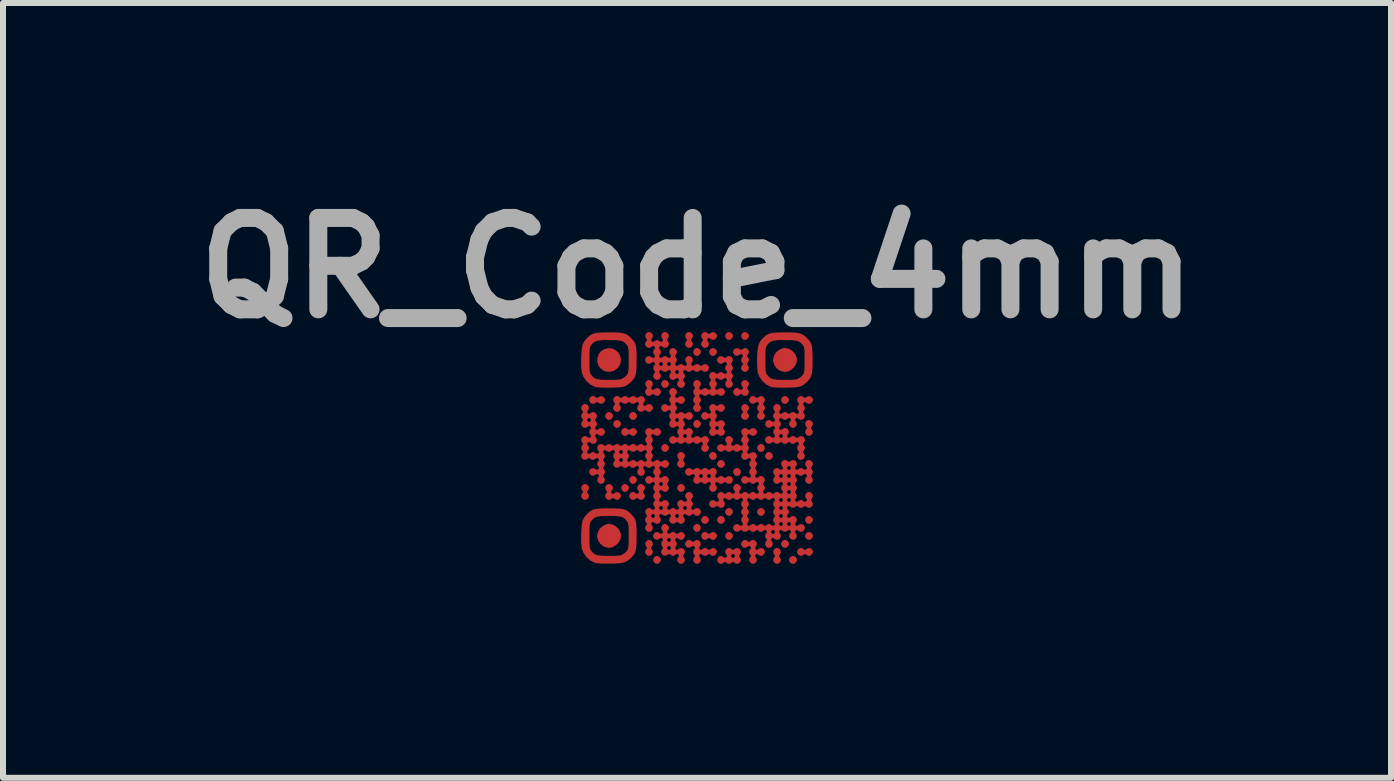
<source format=kicad_pcb>
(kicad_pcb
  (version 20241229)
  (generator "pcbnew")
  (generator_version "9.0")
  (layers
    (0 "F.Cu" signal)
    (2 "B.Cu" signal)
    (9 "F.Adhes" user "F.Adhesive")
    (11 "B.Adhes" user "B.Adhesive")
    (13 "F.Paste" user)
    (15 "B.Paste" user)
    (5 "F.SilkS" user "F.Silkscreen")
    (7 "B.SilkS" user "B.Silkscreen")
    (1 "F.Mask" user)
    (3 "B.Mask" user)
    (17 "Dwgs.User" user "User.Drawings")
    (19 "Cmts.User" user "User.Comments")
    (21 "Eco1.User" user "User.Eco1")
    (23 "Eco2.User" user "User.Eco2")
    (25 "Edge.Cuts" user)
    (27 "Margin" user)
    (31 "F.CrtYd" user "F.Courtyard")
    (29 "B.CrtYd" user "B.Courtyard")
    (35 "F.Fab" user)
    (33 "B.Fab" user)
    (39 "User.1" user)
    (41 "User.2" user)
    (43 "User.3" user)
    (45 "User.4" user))
  (footprint "QR_Code_4mm"
    (layer "F.Cu")
    (at 8.571 4.418)
    (property "Reference" "QR_Code_4mm" (at 0 -3 0) (layer "F.Fab") (effects (font (size 1.524 1.524) (thickness 0.3))))
    (attr board_only exclude_from_pos_files exclude_from_bom)
    (fp_poly (pts (xy -1.433 -0.588) (xy -1.408 -0.561) (xy -1.4 -0.533) (xy -1.412 -0.5) (xy -1.439 -0.474) (xy -1.467 -0.467) (xy -1.496 -0.476) (xy -1.512 -0.488) (xy -1.53 -0.521) (xy -1.527 -0.556) (xy -1.507 -0.585) (xy -1.473 -0.6) (xy -1.467 -0.6)) (stroke (width 0) (type solid)) (fill yes) (layer "F.Cu"))
    (fp_poly (pts (xy -1.3 -0.455) (xy -1.274 -0.427) (xy -1.267 -0.4) (xy -1.278 -0.367) (xy -1.306 -0.341) (xy -1.333 -0.333) (xy -1.363 -0.342) (xy -1.379 -0.354) (xy -1.397 -0.387) (xy -1.394 -0.423) (xy -1.374 -0.452) (xy -1.34 -0.466) (xy -1.333 -0.467)) (stroke (width 0) (type solid)) (fill yes) (layer "F.Cu"))
    (fp_poly (pts (xy -1.167 0.612) (xy -1.141 0.639) (xy -1.133 0.667) (xy -1.145 0.7) (xy -1.173 0.726) (xy -1.2 0.733) (xy -1.229 0.724) (xy -1.246 0.712) (xy -1.263 0.679) (xy -1.26 0.644) (xy -1.24 0.615) (xy -1.207 0.6) (xy -1.2 0.6)) (stroke (width 0) (type solid)) (fill yes) (layer "F.Cu"))
    (fp_poly (pts (xy -1.033 0.478) (xy -1.008 0.506) (xy -1 0.533) (xy -1.012 0.567) (xy -1.039 0.592) (xy -1.067 0.6) (xy -1.096 0.591) (xy -1.112 0.579) (xy -1.13 0.546) (xy -1.127 0.51) (xy -1.107 0.481) (xy -1.073 0.467) (xy -1.067 0.467)) (stroke (width 0) (type solid)) (fill yes) (layer "F.Cu"))
    (fp_poly (pts (xy -0.633 1.812) (xy -0.608 1.839) (xy -0.6 1.867) (xy -0.612 1.9) (xy -0.639 1.926) (xy -0.667 1.933) (xy -0.696 1.924) (xy -0.712 1.912) (xy -0.73 1.879) (xy -0.727 1.844) (xy -0.707 1.815) (xy -0.673 1.8) (xy -0.667 1.8)) (stroke (width 0) (type solid)) (fill yes) (layer "F.Cu"))
    (fp_poly (pts (xy -0.5 -0.055) (xy -0.474 -0.027) (xy -0.467 0) (xy -0.478 0.033) (xy -0.506 0.059) (xy -0.533 0.067) (xy -0.563 0.058) (xy -0.579 0.046) (xy -0.597 0.013) (xy -0.594 -0.023) (xy -0.574 -0.052) (xy -0.54 -0.066) (xy -0.533 -0.067)) (stroke (width 0) (type solid)) (fill yes) (layer "F.Cu"))
    (fp_poly (pts (xy 0.033 -1.655) (xy 0.059 -1.627) (xy 0.067 -1.6) (xy 0.055 -1.567) (xy 0.027 -1.541) (xy 0 -1.533) (xy -0.029 -1.542) (xy -0.046 -1.554) (xy -0.063 -1.587) (xy -0.06 -1.623) (xy -0.04 -1.652) (xy -0.007 -1.666) (xy 0 -1.667)) (stroke (width 0) (type solid)) (fill yes) (layer "F.Cu"))
    (fp_poly (pts (xy 0.033 -0.455) (xy 0.059 -0.427) (xy 0.067 -0.4) (xy 0.055 -0.367) (xy 0.027 -0.341) (xy 0 -0.333) (xy -0.029 -0.342) (xy -0.046 -0.354) (xy -0.063 -0.387) (xy -0.06 -0.423) (xy -0.04 -0.452) (xy -0.007 -0.466) (xy 0 -0.467)) (stroke (width 0) (type solid)) (fill yes) (layer "F.Cu"))
    (fp_poly (pts (xy 0.3 -1.655) (xy 0.326 -1.627) (xy 0.333 -1.6) (xy 0.322 -1.567) (xy 0.294 -1.541) (xy 0.267 -1.533) (xy 0.237 -1.542) (xy 0.221 -1.554) (xy 0.203 -1.587) (xy 0.206 -1.623) (xy 0.226 -1.652) (xy 0.26 -1.666) (xy 0.267 -1.667)) (stroke (width 0) (type solid)) (fill yes) (layer "F.Cu"))
    (fp_poly (pts (xy 0.567 -1.922) (xy 0.592 -1.894) (xy 0.6 -1.867) (xy 0.588 -1.833) (xy 0.561 -1.808) (xy 0.533 -1.8) (xy 0.504 -1.809) (xy 0.488 -1.821) (xy 0.47 -1.854) (xy 0.473 -1.89) (xy 0.493 -1.919) (xy 0.527 -1.933) (xy 0.533 -1.933)) (stroke (width 0) (type solid)) (fill yes) (layer "F.Cu"))
    (fp_poly (pts (xy 0.567 1.412) (xy 0.592 1.439) (xy 0.6 1.467) (xy 0.588 1.5) (xy 0.561 1.526) (xy 0.533 1.533) (xy 0.504 1.524) (xy 0.488 1.512) (xy 0.47 1.479) (xy 0.473 1.444) (xy 0.493 1.415) (xy 0.527 1.4) (xy 0.533 1.4)) (stroke (width 0) (type solid)) (fill yes) (layer "F.Cu"))
    (fp_poly (pts (xy 0.833 -1.922) (xy 0.859 -1.894) (xy 0.867 -1.867) (xy 0.855 -1.833) (xy 0.827 -1.808) (xy 0.8 -1.8) (xy 0.771 -1.809) (xy 0.754 -1.821) (xy 0.737 -1.854) (xy 0.74 -1.89) (xy 0.76 -1.919) (xy 0.793 -1.933) (xy 0.8 -1.933)) (stroke (width 0) (type solid)) (fill yes) (layer "F.Cu"))
    (fp_poly (pts (xy 1.5 -0.855) (xy 1.526 -0.827) (xy 1.533 -0.8) (xy 1.522 -0.767) (xy 1.494 -0.741) (xy 1.467 -0.733) (xy 1.437 -0.742) (xy 1.421 -0.754) (xy 1.403 -0.787) (xy 1.406 -0.823) (xy 1.426 -0.852) (xy 1.46 -0.866) (xy 1.467 -0.867)) (stroke (width 0) (type solid)) (fill yes) (layer "F.Cu"))
    (fp_poly (pts (xy 1.9 1.145) (xy 1.926 1.173) (xy 1.933 1.2) (xy 1.922 1.233) (xy 1.894 1.259) (xy 1.867 1.267) (xy 1.837 1.258) (xy 1.821 1.246) (xy 1.803 1.213) (xy 1.806 1.177) (xy 1.826 1.148) (xy 1.86 1.134) (xy 1.867 1.133)) (stroke (width 0) (type solid)) (fill yes) (layer "F.Cu"))
    (fp_poly (pts (xy -0.231 0.611) (xy -0.208 0.638) (xy -0.202 0.673) (xy -0.216 0.707) (xy -0.221 0.712) (xy -0.249 0.73) (xy -0.267 0.733) (xy -0.296 0.724) (xy -0.312 0.712) (xy -0.33 0.679) (xy -0.327 0.644) (xy -0.307 0.615) (xy -0.273 0.6) (xy -0.267 0.6)) (stroke (width 0) (type solid)) (fill yes) (layer "F.Cu"))
    (fp_poly (pts (xy 0.036 1.278) (xy 0.058 1.305) (xy 0.064 1.34) (xy 0.05 1.374) (xy 0.046 1.379) (xy 0.018 1.396) (xy 0 1.4) (xy -0.029 1.391) (xy -0.046 1.379) (xy -0.063 1.351) (xy -0.067 1.333) (xy -0.058 1.304) (xy -0.046 1.288) (xy -0.018 1.27) (xy 0 1.267)) (stroke (width 0) (type solid)) (fill yes) (layer "F.Cu"))
    (fp_poly (pts (xy 0.169 1.144) (xy 0.192 1.172) (xy 0.198 1.207) (xy 0.184 1.241) (xy 0.179 1.246) (xy 0.151 1.263) (xy 0.133 1.267) (xy 0.104 1.258) (xy 0.088 1.246) (xy 0.07 1.218) (xy 0.067 1.2) (xy 0.076 1.171) (xy 0.088 1.154) (xy 0.115 1.137) (xy 0.133 1.133)) (stroke (width 0) (type solid)) (fill yes) (layer "F.Cu"))
    (fp_poly (pts (xy 0.302 0.078) (xy 0.325 0.105) (xy 0.331 0.14) (xy 0.317 0.174) (xy 0.312 0.179) (xy 0.285 0.196) (xy 0.267 0.2) (xy 0.237 0.191) (xy 0.221 0.179) (xy 0.204 0.151) (xy 0.2 0.133) (xy 0.209 0.104) (xy 0.221 0.088) (xy 0.249 0.07) (xy 0.267 0.067)) (stroke (width 0) (type solid)) (fill yes) (layer "F.Cu"))
    (fp_poly (pts (xy 0.436 0.211) (xy 0.458 0.238) (xy 0.464 0.273) (xy 0.45 0.307) (xy 0.446 0.312) (xy 0.418 0.33) (xy 0.4 0.333) (xy 0.371 0.324) (xy 0.354 0.312) (xy 0.337 0.285) (xy 0.333 0.267) (xy 0.342 0.237) (xy 0.354 0.221) (xy 0.382 0.204) (xy 0.4 0.2)) (stroke (width 0) (type solid)) (fill yes) (layer "F.Cu"))
    (fp_poly (pts (xy 0.436 1.144) (xy 0.458 1.172) (xy 0.464 1.207) (xy 0.45 1.241) (xy 0.446 1.246) (xy 0.418 1.263) (xy 0.4 1.267) (xy 0.371 1.258) (xy 0.354 1.246) (xy 0.337 1.218) (xy 0.333 1.2) (xy 0.342 1.171) (xy 0.354 1.154) (xy 0.382 1.137) (xy 0.4 1.133)) (stroke (width 0) (type solid)) (fill yes) (layer "F.Cu"))
    (fp_poly (pts (xy 0.569 1.011) (xy 0.592 1.038) (xy 0.598 1.073) (xy 0.584 1.107) (xy 0.579 1.112) (xy 0.551 1.13) (xy 0.533 1.133) (xy 0.504 1.124) (xy 0.488 1.112) (xy 0.47 1.085) (xy 0.467 1.067) (xy 0.476 1.037) (xy 0.488 1.021) (xy 0.515 1.004) (xy 0.533 1)) (stroke (width 0) (type solid)) (fill yes) (layer "F.Cu"))
    (fp_poly (pts (xy 0.702 0.344) (xy 0.725 0.372) (xy 0.731 0.407) (xy 0.717 0.441) (xy 0.712 0.446) (xy 0.685 0.463) (xy 0.667 0.467) (xy 0.637 0.458) (xy 0.621 0.446) (xy 0.604 0.418) (xy 0.6 0.4) (xy 0.609 0.371) (xy 0.621 0.354) (xy 0.649 0.337) (xy 0.667 0.333)) (stroke (width 0) (type solid)) (fill yes) (layer "F.Cu"))
    (fp_poly (pts (xy 1.102 -0.056) (xy 1.125 -0.028) (xy 1.131 0.007) (xy 1.117 0.041) (xy 1.112 0.046) (xy 1.085 0.063) (xy 1.067 0.067) (xy 1.037 0.058) (xy 1.021 0.046) (xy 1.004 0.018) (xy 1 0) (xy 1.009 -0.029) (xy 1.021 -0.046) (xy 1.049 -0.063) (xy 1.067 -0.067)) (stroke (width 0) (type solid)) (fill yes) (layer "F.Cu"))
    (fp_poly (pts (xy 1.102 1.011) (xy 1.125 1.038) (xy 1.131 1.073) (xy 1.117 1.107) (xy 1.112 1.112) (xy 1.085 1.13) (xy 1.067 1.133) (xy 1.037 1.124) (xy 1.021 1.112) (xy 1.004 1.085) (xy 1 1.067) (xy 1.009 1.037) (xy 1.021 1.021) (xy 1.049 1.004) (xy 1.067 1)) (stroke (width 0) (type solid)) (fill yes) (layer "F.Cu"))
    (fp_poly (pts (xy 1.236 0.078) (xy 1.258 0.105) (xy 1.264 0.14) (xy 1.25 0.174) (xy 1.246 0.179) (xy 1.218 0.196) (xy 1.2 0.2) (xy 1.171 0.191) (xy 1.154 0.179) (xy 1.137 0.151) (xy 1.133 0.133) (xy 1.142 0.104) (xy 1.154 0.088) (xy 1.182 0.07) (xy 1.2 0.067)) (stroke (width 0) (type solid)) (fill yes) (layer "F.Cu"))
    (fp_poly (pts (xy 1.907 1.416) (xy 1.912 1.421) (xy 1.93 1.449) (xy 1.933 1.467) (xy 1.924 1.496) (xy 1.912 1.512) (xy 1.885 1.53) (xy 1.867 1.533) (xy 1.837 1.524) (xy 1.821 1.512) (xy 1.804 1.485) (xy 1.8 1.467) (xy 1.811 1.431) (xy 1.838 1.408) (xy 1.873 1.402)) (stroke (width 0) (type solid)) (fill yes) (layer "F.Cu"))
    (fp_poly (pts (xy -1.037 -0.591) (xy -1.021 -0.579) (xy -1.004 -0.551) (xy -1 -0.533) (xy -1.009 -0.504) (xy -1.021 -0.488) (xy -1.049 -0.47) (xy -1.067 -0.467) (xy -1.096 -0.476) (xy -1.112 -0.488) (xy -1.13 -0.515) (xy -1.133 -0.533) (xy -1.124 -0.563) (xy -1.112 -0.579) (xy -1.085 -0.596) (xy -1.067 -0.6)) (stroke (width 0) (type solid)) (fill yes) (layer "F.Cu"))
    (fp_poly (pts (xy -0.504 -1.124) (xy -0.488 -1.112) (xy -0.47 -1.085) (xy -0.467 -1.067) (xy -0.476 -1.037) (xy -0.488 -1.021) (xy -0.515 -1.004) (xy -0.533 -1) (xy -0.563 -1.009) (xy -0.579 -1.021) (xy -0.596 -1.049) (xy -0.6 -1.067) (xy -0.591 -1.096) (xy -0.579 -1.112) (xy -0.551 -1.13) (xy -0.533 -1.133)) (stroke (width 0) (type solid)) (fill yes) (layer "F.Cu"))
    (fp_poly (pts (xy 1.496 1.542) (xy 1.512 1.554) (xy 1.53 1.582) (xy 1.533 1.6) (xy 1.524 1.629) (xy 1.512 1.646) (xy 1.485 1.663) (xy 1.467 1.667) (xy 1.437 1.658) (xy 1.421 1.646) (xy 1.404 1.618) (xy 1.4 1.6) (xy 1.409 1.571) (xy 1.421 1.554) (xy 1.449 1.537) (xy 1.467 1.533)) (stroke (width 0) (type solid)) (fill yes) (layer "F.Cu"))
    (fp_poly (pts (xy 1.629 1.809) (xy 1.646 1.821) (xy 1.663 1.849) (xy 1.667 1.867) (xy 1.658 1.896) (xy 1.646 1.912) (xy 1.618 1.93) (xy 1.6 1.933) (xy 1.571 1.924) (xy 1.554 1.912) (xy 1.537 1.885) (xy 1.533 1.867) (xy 1.542 1.837) (xy 1.554 1.821) (xy 1.582 1.804) (xy 1.6 1.8)) (stroke (width 0) (type solid)) (fill yes) (layer "F.Cu"))
    (fp_poly (pts (xy -1.419 -1.659) (xy -1.359 -1.633) (xy -1.312 -1.591) (xy -1.281 -1.536) (xy -1.268 -1.473) (xy -1.277 -1.407) (xy -1.287 -1.382) (xy -1.326 -1.327) (xy -1.381 -1.289) (xy -1.445 -1.27) (xy -1.512 -1.272) (xy -1.557 -1.288) (xy -1.612 -1.329) (xy -1.648 -1.381) (xy -1.663 -1.44) (xy -1.661 -1.501) (xy -1.641 -1.559) (xy -1.605 -1.608) (xy -1.553 -1.645) (xy -1.487 -1.663)) (stroke (width 0) (type solid)) (fill yes) (layer "F.Cu"))
    (fp_poly (pts (xy -1.403 1.279) (xy -1.346 1.313) (xy -1.301 1.362) (xy -1.273 1.422) (xy -1.267 1.468) (xy -1.279 1.528) (xy -1.312 1.583) (xy -1.36 1.628) (xy -1.417 1.658) (xy -1.468 1.666) (xy -1.51 1.659) (xy -1.555 1.643) (xy -1.563 1.639) (xy -1.61 1.601) (xy -1.646 1.547) (xy -1.665 1.487) (xy -1.667 1.467) (xy -1.654 1.403) (xy -1.621 1.346) (xy -1.571 1.301) (xy -1.512 1.273) (xy -1.467 1.267)) (stroke (width 0) (type solid)) (fill yes) (layer "F.Cu"))
    (fp_poly (pts (xy 1.53 -1.654) (xy 1.587 -1.621) (xy 1.632 -1.571) (xy 1.66 -1.511) (xy 1.667 -1.466) (xy 1.654 -1.406) (xy 1.621 -1.35) (xy 1.573 -1.305) (xy 1.516 -1.275) (xy 1.465 -1.267) (xy 1.423 -1.274) (xy 1.378 -1.29) (xy 1.37 -1.294) (xy 1.323 -1.332) (xy 1.287 -1.386) (xy 1.268 -1.446) (xy 1.267 -1.467) (xy 1.279 -1.53) (xy 1.313 -1.587) (xy 1.362 -1.632) (xy 1.421 -1.66) (xy 1.467 -1.667)) (stroke (width 0) (type solid)) (fill yes) (layer "F.Cu"))
    (fp_poly (pts (xy -1.833 0.612) (xy -1.808 0.639) (xy -1.8 0.667) (xy -1.809 0.696) (xy -1.821 0.712) (xy -1.835 0.731) (xy -1.828 0.747) (xy -1.821 0.754) (xy -1.803 0.787) (xy -1.806 0.823) (xy -1.826 0.852) (xy -1.86 0.866) (xy -1.867 0.867) (xy -1.896 0.858) (xy -1.912 0.846) (xy -1.932 0.81) (xy -1.926 0.773) (xy -1.912 0.754) (xy -1.898 0.736) (xy -1.905 0.72) (xy -1.912 0.712) (xy -1.93 0.679) (xy -1.927 0.644) (xy -1.907 0.615) (xy -1.873 0.6) (xy -1.867 0.6)) (stroke (width 0) (type solid)) (fill yes) (layer "F.Cu"))
    (fp_poly (pts (xy 1.369 1.678) (xy 1.392 1.705) (xy 1.398 1.74) (xy 1.384 1.774) (xy 1.379 1.779) (xy 1.365 1.797) (xy 1.372 1.813) (xy 1.379 1.821) (xy 1.397 1.854) (xy 1.394 1.89) (xy 1.374 1.919) (xy 1.34 1.933) (xy 1.333 1.933) (xy 1.304 1.924) (xy 1.288 1.912) (xy 1.268 1.877) (xy 1.274 1.84) (xy 1.288 1.821) (xy 1.302 1.803) (xy 1.295 1.787) (xy 1.288 1.779) (xy 1.27 1.746) (xy 1.273 1.71) (xy 1.293 1.681) (xy 1.327 1.667) (xy 1.333 1.667)) (stroke (width 0) (type solid)) (fill yes) (layer "F.Cu"))
    (fp_poly (pts (xy -1.704 -0.858) (xy -1.688 -0.846) (xy -1.669 -0.832) (xy -1.653 -0.839) (xy -1.646 -0.846) (xy -1.613 -0.863) (xy -1.577 -0.86) (xy -1.548 -0.84) (xy -1.534 -0.807) (xy -1.533 -0.8) (xy -1.544 -0.764) (xy -1.572 -0.742) (xy -1.607 -0.736) (xy -1.641 -0.75) (xy -1.646 -0.754) (xy -1.664 -0.768) (xy -1.68 -0.761) (xy -1.688 -0.754) (xy -1.715 -0.737) (xy -1.733 -0.733) (xy -1.763 -0.742) (xy -1.779 -0.754) (xy -1.797 -0.787) (xy -1.794 -0.823) (xy -1.774 -0.852) (xy -1.74 -0.866) (xy -1.733 -0.867)) (stroke (width 0) (type solid)) (fill yes) (layer "F.Cu"))
    (fp_poly (pts (xy -1.171 -0.324) (xy -1.154 -0.312) (xy -1.136 -0.298) (xy -1.12 -0.305) (xy -1.112 -0.312) (xy -1.079 -0.33) (xy -1.044 -0.327) (xy -1.015 -0.307) (xy -1 -0.273) (xy -1 -0.267) (xy -1.012 -0.233) (xy -1.039 -0.208) (xy -1.067 -0.2) (xy -1.096 -0.209) (xy -1.112 -0.221) (xy -1.131 -0.235) (xy -1.147 -0.228) (xy -1.154 -0.221) (xy -1.182 -0.204) (xy -1.2 -0.2) (xy -1.229 -0.209) (xy -1.246 -0.221) (xy -1.263 -0.254) (xy -1.26 -0.29) (xy -1.24 -0.319) (xy -1.207 -0.333) (xy -1.2 -0.333)) (stroke (width 0) (type solid)) (fill yes) (layer "F.Cu"))
    (fp_poly (pts (xy -0.764 1.544) (xy -0.742 1.572) (xy -0.736 1.607) (xy -0.75 1.641) (xy -0.754 1.646) (xy -0.768 1.664) (xy -0.761 1.68) (xy -0.754 1.688) (xy -0.737 1.721) (xy -0.74 1.756) (xy -0.76 1.785) (xy -0.793 1.8) (xy -0.8 1.8) (xy -0.829 1.791) (xy -0.846 1.779) (xy -0.863 1.751) (xy -0.867 1.733) (xy -0.858 1.704) (xy -0.846 1.688) (xy -0.832 1.669) (xy -0.839 1.653) (xy -0.846 1.646) (xy -0.863 1.613) (xy -0.86 1.577) (xy -0.84 1.548) (xy -0.807 1.534) (xy -0.8 1.533)) (stroke (width 0) (type solid)) (fill yes) (layer "F.Cu"))
    (fp_poly (pts (xy -0.233 0.078) (xy -0.208 0.106) (xy -0.2 0.133) (xy -0.209 0.163) (xy -0.221 0.179) (xy -0.235 0.197) (xy -0.228 0.213) (xy -0.221 0.221) (xy -0.202 0.256) (xy -0.207 0.294) (xy -0.221 0.312) (xy -0.249 0.33) (xy -0.267 0.333) (xy -0.296 0.324) (xy -0.312 0.312) (xy -0.33 0.285) (xy -0.333 0.267) (xy -0.324 0.237) (xy -0.312 0.221) (xy -0.298 0.203) (xy -0.305 0.187) (xy -0.312 0.179) (xy -0.33 0.146) (xy -0.327 0.11) (xy -0.307 0.081) (xy -0.273 0.067) (xy -0.267 0.067)) (stroke (width 0) (type solid)) (fill yes) (layer "F.Cu"))
    (fp_poly (pts (xy -0.1 -1.922) (xy -0.074 -1.894) (xy -0.067 -1.867) (xy -0.076 -1.837) (xy -0.088 -1.821) (xy -0.102 -1.803) (xy -0.095 -1.787) (xy -0.088 -1.779) (xy -0.07 -1.746) (xy -0.073 -1.71) (xy -0.093 -1.681) (xy -0.127 -1.667) (xy -0.133 -1.667) (xy -0.163 -1.676) (xy -0.179 -1.688) (xy -0.196 -1.715) (xy -0.2 -1.733) (xy -0.191 -1.763) (xy -0.179 -1.779) (xy -0.165 -1.797) (xy -0.172 -1.813) (xy -0.179 -1.821) (xy -0.197 -1.854) (xy -0.194 -1.89) (xy -0.174 -1.919) (xy -0.14 -1.933) (xy -0.133 -1.933)) (stroke (width 0) (type solid)) (fill yes) (layer "F.Cu"))
    (fp_poly (pts (xy 0.163 1.409) (xy 0.179 1.421) (xy 0.197 1.435) (xy 0.213 1.428) (xy 0.221 1.421) (xy 0.254 1.403) (xy 0.29 1.406) (xy 0.319 1.426) (xy 0.333 1.46) (xy 0.333 1.467) (xy 0.322 1.5) (xy 0.294 1.526) (xy 0.267 1.533) (xy 0.237 1.524) (xy 0.221 1.512) (xy 0.203 1.498) (xy 0.187 1.505) (xy 0.179 1.512) (xy 0.151 1.53) (xy 0.133 1.533) (xy 0.104 1.524) (xy 0.088 1.512) (xy 0.07 1.479) (xy 0.073 1.444) (xy 0.093 1.415) (xy 0.127 1.4) (xy 0.133 1.4)) (stroke (width 0) (type solid)) (fill yes) (layer "F.Cu"))
    (fp_poly (pts (xy 1.9 -0.455) (xy 1.926 -0.427) (xy 1.933 -0.4) (xy 1.924 -0.371) (xy 1.912 -0.354) (xy 1.898 -0.336) (xy 1.905 -0.32) (xy 1.912 -0.312) (xy 1.93 -0.279) (xy 1.927 -0.244) (xy 1.907 -0.215) (xy 1.873 -0.2) (xy 1.867 -0.2) (xy 1.837 -0.209) (xy 1.821 -0.221) (xy 1.804 -0.249) (xy 1.8 -0.267) (xy 1.809 -0.296) (xy 1.821 -0.312) (xy 1.835 -0.331) (xy 1.828 -0.347) (xy 1.821 -0.354) (xy 1.803 -0.387) (xy 1.806 -0.423) (xy 1.826 -0.452) (xy 1.86 -0.466) (xy 1.867 -0.467)) (stroke (width 0) (type solid)) (fill yes) (layer "F.Cu"))
    (fp_poly (pts (xy 0.833 -0.722) (xy 0.859 -0.694) (xy 0.867 -0.667) (xy 0.858 -0.637) (xy 0.846 -0.621) (xy 0.832 -0.603) (xy 0.839 -0.587) (xy 0.846 -0.579) (xy 0.863 -0.551) (xy 0.867 -0.533) (xy 0.858 -0.504) (xy 0.846 -0.488) (xy 0.818 -0.47) (xy 0.8 -0.467) (xy 0.771 -0.476) (xy 0.754 -0.488) (xy 0.737 -0.515) (xy 0.733 -0.533) (xy 0.742 -0.563) (xy 0.754 -0.579) (xy 0.768 -0.597) (xy 0.761 -0.613) (xy 0.754 -0.621) (xy 0.737 -0.654) (xy 0.74 -0.69) (xy 0.76 -0.719) (xy 0.793 -0.733) (xy 0.8 -0.733)) (stroke (width 0) (type solid)) (fill yes) (layer "F.Cu"))
    (fp_poly (pts (xy 1.763 1.676) (xy 1.779 1.688) (xy 1.797 1.702) (xy 1.813 1.695) (xy 1.821 1.688) (xy 1.854 1.67) (xy 1.89 1.673) (xy 1.919 1.693) (xy 1.933 1.727) (xy 1.933 1.733) (xy 1.922 1.767) (xy 1.894 1.792) (xy 1.867 1.8) (xy 1.837 1.791) (xy 1.821 1.779) (xy 1.803 1.765) (xy 1.787 1.772) (xy 1.779 1.779) (xy 1.751 1.796) (xy 1.733 1.8) (xy 1.704 1.791) (xy 1.688 1.779) (xy 1.67 1.751) (xy 1.667 1.733) (xy 1.676 1.704) (xy 1.688 1.688) (xy 1.715 1.67) (xy 1.733 1.667)) (stroke (width 0) (type solid)) (fill yes) (layer "F.Cu"))
    (fp_poly (pts (xy -1.433 0.612) (xy -1.408 0.639) (xy -1.4 0.667) (xy -1.409 0.696) (xy -1.421 0.712) (xy -1.435 0.731) (xy -1.428 0.747) (xy -1.421 0.754) (xy -1.403 0.768) (xy -1.387 0.761) (xy -1.379 0.754) (xy -1.346 0.737) (xy -1.31 0.74) (xy -1.281 0.76) (xy -1.267 0.793) (xy -1.267 0.8) (xy -1.278 0.833) (xy -1.306 0.859) (xy -1.333 0.867) (xy -1.363 0.858) (xy -1.379 0.846) (xy -1.397 0.832) (xy -1.413 0.839) (xy -1.421 0.846) (xy -1.449 0.863) (xy -1.467 0.867) (xy -1.496 0.858) (xy -1.512 0.846) (xy -1.53 0.818) (xy -1.533 0.8) (xy -1.524 0.771) (xy -1.512 0.754) (xy -1.498 0.736) (xy -1.505 0.72) (xy -1.512 0.712) (xy -1.53 0.679) (xy -1.527 0.644) (xy -1.507 0.615) (xy -1.473 0.6) (xy -1.467 0.6)) (stroke (width 0) (type solid)) (fill yes) (layer "F.Cu"))
    (fp_poly (pts (xy -0.9 0.612) (xy -0.874 0.639) (xy -0.867 0.667) (xy -0.876 0.696) (xy -0.888 0.712) (xy -0.902 0.731) (xy -0.895 0.747) (xy -0.888 0.754) (xy -0.87 0.787) (xy -0.873 0.823) (xy -0.893 0.852) (xy -0.927 0.866) (xy -0.933 0.867) (xy -0.963 0.858) (xy -0.979 0.846) (xy -0.997 0.832) (xy -1.013 0.839) (xy -1.021 0.846) (xy -1.049 0.863) (xy -1.067 0.867) (xy -1.096 0.858) (xy -1.112 0.846) (xy -1.13 0.813) (xy -1.127 0.777) (xy -1.107 0.748) (xy -1.073 0.734) (xy -1.067 0.733) (xy -1.037 0.742) (xy -1.021 0.754) (xy -1.003 0.768) (xy -0.987 0.761) (xy -0.979 0.754) (xy -0.965 0.736) (xy -0.972 0.72) (xy -0.979 0.712) (xy -0.997 0.679) (xy -0.994 0.644) (xy -0.974 0.615) (xy -0.94 0.6) (xy -0.933 0.6)) (stroke (width 0) (type solid)) (fill yes) (layer "F.Cu"))
    (fp_poly (pts (xy -0.764 -1.122) (xy -0.742 -1.095) (xy -0.736 -1.06) (xy -0.75 -1.026) (xy -0.754 -1.021) (xy -0.768 -1.003) (xy -0.761 -0.987) (xy -0.754 -0.979) (xy -0.736 -0.965) (xy -0.72 -0.972) (xy -0.712 -0.979) (xy -0.679 -0.997) (xy -0.644 -0.994) (xy -0.615 -0.974) (xy -0.6 -0.94) (xy -0.6 -0.933) (xy -0.612 -0.9) (xy -0.639 -0.874) (xy -0.667 -0.867) (xy -0.696 -0.876) (xy -0.712 -0.888) (xy -0.731 -0.902) (xy -0.747 -0.895) (xy -0.754 -0.888) (xy -0.782 -0.87) (xy -0.8 -0.867) (xy -0.829 -0.876) (xy -0.846 -0.888) (xy -0.863 -0.915) (xy -0.867 -0.933) (xy -0.858 -0.963) (xy -0.846 -0.979) (xy -0.832 -0.997) (xy -0.839 -1.013) (xy -0.846 -1.021) (xy -0.863 -1.054) (xy -0.86 -1.09) (xy -0.84 -1.119) (xy -0.807 -1.133) (xy -0.8 -1.133)) (stroke (width 0) (type solid)) (fill yes) (layer "F.Cu"))
    (fp_poly (pts (xy 0.163 -1.924) (xy 0.179 -1.912) (xy 0.197 -1.898) (xy 0.213 -1.905) (xy 0.221 -1.912) (xy 0.254 -1.93) (xy 0.29 -1.927) (xy 0.319 -1.907) (xy 0.333 -1.873) (xy 0.333 -1.867) (xy 0.322 -1.831) (xy 0.295 -1.808) (xy 0.26 -1.802) (xy 0.226 -1.816) (xy 0.221 -1.821) (xy 0.203 -1.835) (xy 0.187 -1.828) (xy 0.179 -1.821) (xy 0.165 -1.803) (xy 0.172 -1.787) (xy 0.179 -1.779) (xy 0.197 -1.746) (xy 0.194 -1.71) (xy 0.174 -1.681) (xy 0.14 -1.667) (xy 0.133 -1.667) (xy 0.104 -1.676) (xy 0.088 -1.688) (xy 0.07 -1.715) (xy 0.067 -1.733) (xy 0.076 -1.763) (xy 0.088 -1.779) (xy 0.102 -1.797) (xy 0.095 -1.813) (xy 0.088 -1.821) (xy 0.07 -1.854) (xy 0.073 -1.89) (xy 0.093 -1.919) (xy 0.127 -1.933) (xy 0.133 -1.933)) (stroke (width 0) (type solid)) (fill yes) (layer "F.Cu"))
    (fp_poly (pts (xy 0.833 -1.122) (xy 0.859 -1.094) (xy 0.867 -1.067) (xy 0.858 -1.037) (xy 0.846 -1.021) (xy 0.832 -1.003) (xy 0.839 -0.987) (xy 0.846 -0.979) (xy 0.863 -0.946) (xy 0.86 -0.91) (xy 0.84 -0.881) (xy 0.807 -0.867) (xy 0.8 -0.867) (xy 0.771 -0.876) (xy 0.754 -0.888) (xy 0.736 -0.902) (xy 0.72 -0.895) (xy 0.712 -0.888) (xy 0.685 -0.87) (xy 0.667 -0.867) (xy 0.637 -0.876) (xy 0.621 -0.888) (xy 0.603 -0.921) (xy 0.606 -0.956) (xy 0.626 -0.985) (xy 0.66 -1) (xy 0.667 -1) (xy 0.696 -0.991) (xy 0.712 -0.979) (xy 0.731 -0.965) (xy 0.747 -0.972) (xy 0.754 -0.979) (xy 0.768 -0.997) (xy 0.761 -1.013) (xy 0.754 -1.021) (xy 0.737 -1.054) (xy 0.74 -1.09) (xy 0.76 -1.119) (xy 0.793 -1.133) (xy 0.8 -1.133)) (stroke (width 0) (type solid)) (fill yes) (layer "F.Cu"))
    (fp_poly (pts (xy 0.827 -1.659) (xy 0.846 -1.646) (xy 0.865 -1.61) (xy 0.859 -1.573) (xy 0.846 -1.554) (xy 0.832 -1.536) (xy 0.839 -1.52) (xy 0.846 -1.512) (xy 0.863 -1.485) (xy 0.867 -1.467) (xy 0.858 -1.437) (xy 0.846 -1.421) (xy 0.832 -1.403) (xy 0.839 -1.387) (xy 0.846 -1.379) (xy 0.863 -1.346) (xy 0.86 -1.31) (xy 0.84 -1.281) (xy 0.807 -1.267) (xy 0.8 -1.267) (xy 0.771 -1.276) (xy 0.754 -1.288) (xy 0.737 -1.315) (xy 0.733 -1.333) (xy 0.742 -1.363) (xy 0.754 -1.379) (xy 0.768 -1.397) (xy 0.761 -1.413) (xy 0.754 -1.421) (xy 0.737 -1.449) (xy 0.733 -1.467) (xy 0.742 -1.496) (xy 0.754 -1.512) (xy 0.768 -1.531) (xy 0.761 -1.547) (xy 0.754 -1.554) (xy 0.736 -1.568) (xy 0.72 -1.561) (xy 0.712 -1.554) (xy 0.679 -1.537) (xy 0.644 -1.54) (xy 0.615 -1.56) (xy 0.6 -1.593) (xy 0.6 -1.6) (xy 0.611 -1.636) (xy 0.638 -1.658) (xy 0.673 -1.664) (xy 0.707 -1.65) (xy 0.712 -1.646) (xy 0.731 -1.632) (xy 0.747 -1.639) (xy 0.754 -1.646) (xy 0.79 -1.665)) (stroke (width 0) (type solid)) (fill yes) (layer "F.Cu"))
    (fp_poly (pts (xy 0.963 -0.858) (xy 0.979 -0.846) (xy 0.997 -0.832) (xy 1.013 -0.839) (xy 1.021 -0.846) (xy 1.056 -0.865) (xy 1.094 -0.859) (xy 1.112 -0.846) (xy 1.132 -0.81) (xy 1.126 -0.773) (xy 1.112 -0.754) (xy 1.098 -0.736) (xy 1.105 -0.72) (xy 1.112 -0.712) (xy 1.13 -0.685) (xy 1.133 -0.667) (xy 1.124 -0.637) (xy 1.112 -0.621) (xy 1.098 -0.603) (xy 1.105 -0.587) (xy 1.112 -0.579) (xy 1.13 -0.551) (xy 1.133 -0.533) (xy 1.124 -0.504) (xy 1.112 -0.488) (xy 1.085 -0.47) (xy 1.067 -0.467) (xy 1.037 -0.476) (xy 1.021 -0.488) (xy 1.004 -0.515) (xy 1 -0.533) (xy 1.009 -0.563) (xy 1.021 -0.579) (xy 1.035 -0.597) (xy 1.028 -0.613) (xy 1.021 -0.621) (xy 1.004 -0.649) (xy 1 -0.667) (xy 1.009 -0.696) (xy 1.021 -0.712) (xy 1.035 -0.731) (xy 1.028 -0.747) (xy 1.021 -0.754) (xy 1.003 -0.768) (xy 0.987 -0.761) (xy 0.979 -0.754) (xy 0.946 -0.737) (xy 0.91 -0.74) (xy 0.881 -0.76) (xy 0.867 -0.793) (xy 0.867 -0.8) (xy 0.878 -0.833) (xy 0.906 -0.859) (xy 0.933 -0.867)) (stroke (width 0) (type solid)) (fill yes) (layer "F.Cu"))
    (fp_poly (pts (xy 0.969 1.544) (xy 0.992 1.572) (xy 0.998 1.607) (xy 0.984 1.641) (xy 0.979 1.646) (xy 0.965 1.664) (xy 0.972 1.68) (xy 0.979 1.688) (xy 0.997 1.702) (xy 1.013 1.695) (xy 1.021 1.688) (xy 1.054 1.67) (xy 1.09 1.673) (xy 1.119 1.693) (xy 1.133 1.727) (xy 1.133 1.733) (xy 1.122 1.767) (xy 1.094 1.792) (xy 1.067 1.8) (xy 1.037 1.791) (xy 1.021 1.779) (xy 1.003 1.765) (xy 0.987 1.772) (xy 0.979 1.779) (xy 0.965 1.797) (xy 0.972 1.813) (xy 0.979 1.821) (xy 0.997 1.854) (xy 0.994 1.89) (xy 0.974 1.919) (xy 0.94 1.933) (xy 0.933 1.933) (xy 0.904 1.924) (xy 0.888 1.912) (xy 0.868 1.877) (xy 0.874 1.84) (xy 0.888 1.821) (xy 0.902 1.803) (xy 0.895 1.787) (xy 0.888 1.779) (xy 0.87 1.751) (xy 0.867 1.733) (xy 0.876 1.704) (xy 0.888 1.688) (xy 0.902 1.669) (xy 0.895 1.653) (xy 0.888 1.646) (xy 0.869 1.632) (xy 0.853 1.639) (xy 0.846 1.646) (xy 0.813 1.663) (xy 0.777 1.66) (xy 0.748 1.64) (xy 0.734 1.607) (xy 0.733 1.6) (xy 0.745 1.567) (xy 0.773 1.541) (xy 0.8 1.533) (xy 0.829 1.542) (xy 0.846 1.554) (xy 0.864 1.568) (xy 0.88 1.561) (xy 0.888 1.554) (xy 0.915 1.537) (xy 0.933 1.533)) (stroke (width 0) (type solid)) (fill yes) (layer "F.Cu"))
    (fp_poly (pts (xy 0.563 1.676) (xy 0.579 1.688) (xy 0.597 1.702) (xy 0.613 1.695) (xy 0.621 1.688) (xy 0.654 1.67) (xy 0.69 1.673) (xy 0.719 1.693) (xy 0.733 1.727) (xy 0.733 1.733) (xy 0.724 1.763) (xy 0.712 1.779) (xy 0.698 1.797) (xy 0.705 1.813) (xy 0.712 1.821) (xy 0.73 1.854) (xy 0.727 1.89) (xy 0.707 1.919) (xy 0.673 1.933) (xy 0.667 1.933) (xy 0.637 1.924) (xy 0.621 1.912) (xy 0.603 1.898) (xy 0.587 1.905) (xy 0.579 1.912) (xy 0.551 1.93) (xy 0.533 1.933) (xy 0.504 1.924) (xy 0.488 1.912) (xy 0.469 1.898) (xy 0.453 1.905) (xy 0.446 1.912) (xy 0.418 1.93) (xy 0.4 1.933) (xy 0.371 1.924) (xy 0.354 1.912) (xy 0.337 1.879) (xy 0.34 1.844) (xy 0.36 1.815) (xy 0.393 1.8) (xy 0.4 1.8) (xy 0.429 1.809) (xy 0.446 1.821) (xy 0.464 1.835) (xy 0.48 1.828) (xy 0.488 1.821) (xy 0.502 1.803) (xy 0.5 1.799) (xy 0.566 1.799) (xy 0.574 1.817) (xy 0.576 1.819) (xy 0.593 1.836) (xy 0.606 1.834) (xy 0.622 1.82) (xy 0.635 1.802) (xy 0.627 1.785) (xy 0.621 1.779) (xy 0.602 1.765) (xy 0.586 1.772) (xy 0.579 1.779) (xy 0.566 1.799) (xy 0.5 1.799) (xy 0.495 1.787) (xy 0.488 1.779) (xy 0.47 1.746) (xy 0.473 1.71) (xy 0.493 1.681) (xy 0.527 1.667) (xy 0.533 1.667)) (stroke (width 0) (type solid)) (fill yes) (layer "F.Cu"))
    (fp_poly (pts (xy 0.036 1.544) (xy 0.058 1.572) (xy 0.064 1.607) (xy 0.05 1.641) (xy 0.046 1.646) (xy 0.032 1.664) (xy 0.039 1.68) (xy 0.046 1.688) (xy 0.064 1.702) (xy 0.08 1.695) (xy 0.088 1.688) (xy 0.115 1.67) (xy 0.133 1.667) (xy 0.163 1.676) (xy 0.179 1.688) (xy 0.197 1.702) (xy 0.213 1.695) (xy 0.221 1.688) (xy 0.254 1.67) (xy 0.29 1.673) (xy 0.319 1.693) (xy 0.333 1.727) (xy 0.333 1.733) (xy 0.322 1.767) (xy 0.294 1.792) (xy 0.267 1.8) (xy 0.237 1.791) (xy 0.221 1.779) (xy 0.203 1.765) (xy 0.187 1.772) (xy 0.179 1.779) (xy 0.151 1.796) (xy 0.133 1.8) (xy 0.104 1.791) (xy 0.088 1.779) (xy 0.069 1.765) (xy 0.053 1.772) (xy 0.046 1.779) (xy 0.032 1.797) (xy 0.039 1.813) (xy 0.046 1.821) (xy 0.063 1.854) (xy 0.06 1.89) (xy 0.04 1.919) (xy 0.007 1.933) (xy 0 1.933) (xy -0.029 1.924) (xy -0.046 1.912) (xy -0.065 1.877) (xy -0.059 1.84) (xy -0.046 1.821) (xy -0.032 1.803) (xy -0.039 1.787) (xy -0.046 1.779) (xy -0.063 1.751) (xy -0.067 1.733) (xy -0.058 1.704) (xy -0.046 1.688) (xy -0.032 1.669) (xy -0.039 1.653) (xy -0.046 1.646) (xy -0.064 1.632) (xy -0.08 1.639) (xy -0.088 1.646) (xy -0.121 1.663) (xy -0.156 1.66) (xy -0.185 1.64) (xy -0.2 1.607) (xy -0.2 1.6) (xy -0.188 1.567) (xy -0.161 1.541) (xy -0.133 1.533) (xy -0.104 1.542) (xy -0.088 1.554) (xy -0.069 1.568) (xy -0.053 1.561) (xy -0.046 1.554) (xy -0.018 1.537) (xy 0 1.533)) (stroke (width 0) (type solid)) (fill yes) (layer "F.Cu"))
    (fp_poly (pts (xy -1.304 -0.858) (xy -1.288 -0.846) (xy -1.269 -0.832) (xy -1.253 -0.839) (xy -1.246 -0.846) (xy -1.21 -0.865) (xy -1.173 -0.859) (xy -1.154 -0.846) (xy -1.136 -0.832) (xy -1.12 -0.839) (xy -1.112 -0.846) (xy -1.077 -0.865) (xy -1.04 -0.859) (xy -1.021 -0.846) (xy -1.003 -0.832) (xy -0.987 -0.839) (xy -0.979 -0.846) (xy -0.944 -0.865) (xy -0.906 -0.859) (xy -0.888 -0.846) (xy -0.868 -0.81) (xy -0.874 -0.773) (xy -0.888 -0.754) (xy -0.902 -0.736) (xy -0.895 -0.72) (xy -0.888 -0.712) (xy -0.869 -0.698) (xy -0.853 -0.705) (xy -0.846 -0.712) (xy -0.813 -0.73) (xy -0.777 -0.727) (xy -0.748 -0.707) (xy -0.734 -0.673) (xy -0.733 -0.667) (xy -0.745 -0.633) (xy -0.773 -0.608) (xy -0.8 -0.6) (xy -0.829 -0.609) (xy -0.846 -0.621) (xy -0.864 -0.635) (xy -0.88 -0.628) (xy -0.888 -0.621) (xy -0.921 -0.603) (xy -0.956 -0.606) (xy -0.985 -0.626) (xy -1 -0.66) (xy -1 -0.667) (xy -0.991 -0.696) (xy -0.979 -0.712) (xy -0.965 -0.731) (xy -0.972 -0.747) (xy -0.979 -0.754) (xy -0.997 -0.768) (xy -1.013 -0.761) (xy -1.021 -0.754) (xy -1.056 -0.735) (xy -1.094 -0.741) (xy -1.112 -0.754) (xy -1.131 -0.768) (xy -1.147 -0.761) (xy -1.154 -0.754) (xy -1.19 -0.735) (xy -1.227 -0.741) (xy -1.246 -0.754) (xy -1.264 -0.768) (xy -1.28 -0.761) (xy -1.288 -0.754) (xy -1.302 -0.736) (xy -1.295 -0.72) (xy -1.288 -0.712) (xy -1.27 -0.679) (xy -1.273 -0.644) (xy -1.293 -0.615) (xy -1.327 -0.6) (xy -1.333 -0.6) (xy -1.363 -0.609) (xy -1.379 -0.621) (xy -1.396 -0.649) (xy -1.4 -0.667) (xy -1.391 -0.696) (xy -1.379 -0.712) (xy -1.365 -0.731) (xy -1.372 -0.747) (xy -1.379 -0.754) (xy -1.397 -0.787) (xy -1.394 -0.823) (xy -1.374 -0.852) (xy -1.34 -0.866) (xy -1.333 -0.867)) (stroke (width 0) (type solid)) (fill yes) (layer "F.Cu"))
    (fp_poly (pts (xy 0.296 -0.724) (xy 0.312 -0.712) (xy 0.331 -0.698) (xy 0.347 -0.705) (xy 0.354 -0.712) (xy 0.387 -0.73) (xy 0.423 -0.727) (xy 0.452 -0.707) (xy 0.466 -0.673) (xy 0.467 -0.667) (xy 0.455 -0.633) (xy 0.427 -0.608) (xy 0.4 -0.6) (xy 0.371 -0.609) (xy 0.354 -0.621) (xy 0.336 -0.635) (xy 0.32 -0.628) (xy 0.312 -0.621) (xy 0.298 -0.603) (xy 0.305 -0.587) (xy 0.312 -0.579) (xy 0.332 -0.544) (xy 0.326 -0.506) (xy 0.312 -0.488) (xy 0.298 -0.469) (xy 0.305 -0.453) (xy 0.312 -0.446) (xy 0.331 -0.432) (xy 0.347 -0.439) (xy 0.354 -0.446) (xy 0.387 -0.463) (xy 0.423 -0.46) (xy 0.452 -0.44) (xy 0.466 -0.407) (xy 0.467 -0.4) (xy 0.458 -0.371) (xy 0.446 -0.354) (xy 0.432 -0.336) (xy 0.439 -0.32) (xy 0.446 -0.312) (xy 0.465 -0.277) (xy 0.459 -0.24) (xy 0.446 -0.221) (xy 0.418 -0.204) (xy 0.4 -0.2) (xy 0.371 -0.209) (xy 0.354 -0.221) (xy 0.336 -0.235) (xy 0.32 -0.228) (xy 0.312 -0.221) (xy 0.285 -0.204) (xy 0.267 -0.2) (xy 0.237 -0.209) (xy 0.221 -0.221) (xy 0.204 -0.249) (xy 0.2 -0.267) (xy 0.209 -0.296) (xy 0.221 -0.312) (xy 0.235 -0.331) (xy 0.233 -0.335) (xy 0.299 -0.335) (xy 0.307 -0.316) (xy 0.309 -0.314) (xy 0.327 -0.297) (xy 0.34 -0.299) (xy 0.355 -0.313) (xy 0.368 -0.331) (xy 0.36 -0.348) (xy 0.354 -0.354) (xy 0.336 -0.368) (xy 0.32 -0.361) (xy 0.313 -0.355) (xy 0.299 -0.335) (xy 0.233 -0.335) (xy 0.228 -0.347) (xy 0.221 -0.354) (xy 0.204 -0.382) (xy 0.2 -0.4) (xy 0.209 -0.429) (xy 0.221 -0.446) (xy 0.235 -0.464) (xy 0.228 -0.48) (xy 0.221 -0.488) (xy 0.203 -0.502) (xy 0.187 -0.495) (xy 0.179 -0.488) (xy 0.146 -0.47) (xy 0.11 -0.473) (xy 0.081 -0.493) (xy 0.067 -0.527) (xy 0.067 -0.533) (xy 0.078 -0.567) (xy 0.106 -0.592) (xy 0.133 -0.6) (xy 0.163 -0.591) (xy 0.179 -0.579) (xy 0.197 -0.565) (xy 0.213 -0.572) (xy 0.221 -0.579) (xy 0.235 -0.597) (xy 0.228 -0.613) (xy 0.221 -0.621) (xy 0.203 -0.654) (xy 0.206 -0.69) (xy 0.226 -0.719) (xy 0.26 -0.733) (xy 0.267 -0.733)) (stroke (width 0) (type solid)) (fill yes) (layer "F.Cu"))
    (fp_poly (pts (xy -1.372 -1.926) (xy -1.299 -1.923) (xy -1.242 -1.915) (xy -1.199 -1.903) (xy -1.162 -1.885) (xy -1.129 -1.86) (xy -1.1 -1.833) (xy -1.068 -1.798) (xy -1.044 -1.764) (xy -1.027 -1.727) (xy -1.016 -1.681) (xy -1.01 -1.622) (xy -1.007 -1.545) (xy -1.007 -1.467) (xy -1.008 -1.372) (xy -1.011 -1.299) (xy -1.018 -1.242) (xy -1.03 -1.199) (xy -1.048 -1.162) (xy -1.073 -1.129) (xy -1.1 -1.1) (xy -1.137 -1.067) (xy -1.173 -1.042) (xy -1.213 -1.025) (xy -1.264 -1.014) (xy -1.329 -1.008) (xy -1.414 -1.005) (xy -1.447 -1.004) (xy -1.521 -1.004) (xy -1.589 -1.006) (xy -1.645 -1.009) (xy -1.683 -1.013) (xy -1.691 -1.015) (xy -1.774 -1.053) (xy -1.843 -1.112) (xy -1.894 -1.187) (xy -1.921 -1.258) (xy -1.927 -1.299) (xy -1.931 -1.36) (xy -1.932 -1.437) (xy -1.932 -1.467) (xy -1.793 -1.467) (xy -1.793 -1.387) (xy -1.792 -1.33) (xy -1.789 -1.289) (xy -1.785 -1.261) (xy -1.778 -1.241) (xy -1.767 -1.223) (xy -1.764 -1.219) (xy -1.738 -1.187) (xy -1.708 -1.164) (xy -1.67 -1.149) (xy -1.618 -1.139) (xy -1.55 -1.135) (xy -1.469 -1.134) (xy -1.388 -1.134) (xy -1.328 -1.137) (xy -1.286 -1.142) (xy -1.255 -1.151) (xy -1.245 -1.155) (xy -1.205 -1.182) (xy -1.171 -1.216) (xy -1.17 -1.218) (xy -1.158 -1.236) (xy -1.15 -1.255) (xy -1.145 -1.281) (xy -1.142 -1.317) (xy -1.14 -1.369) (xy -1.14 -1.442) (xy -1.14 -1.467) (xy -1.14 -1.546) (xy -1.141 -1.604) (xy -1.144 -1.644) (xy -1.149 -1.672) (xy -1.156 -1.692) (xy -1.166 -1.71) (xy -1.17 -1.715) (xy -1.197 -1.747) (xy -1.227 -1.77) (xy -1.267 -1.785) (xy -1.321 -1.795) (xy -1.392 -1.799) (xy -1.467 -1.8) (xy -1.556 -1.799) (xy -1.624 -1.793) (xy -1.674 -1.783) (xy -1.712 -1.766) (xy -1.742 -1.742) (xy -1.764 -1.715) (xy -1.775 -1.697) (xy -1.783 -1.678) (xy -1.788 -1.653) (xy -1.791 -1.616) (xy -1.793 -1.564) (xy -1.793 -1.491) (xy -1.793 -1.467) (xy -1.932 -1.467) (xy -1.931 -1.502) (xy -1.927 -1.593) (xy -1.92 -1.663) (xy -1.909 -1.716) (xy -1.891 -1.76) (xy -1.865 -1.798) (xy -1.833 -1.833) (xy -1.798 -1.865) (xy -1.764 -1.889) (xy -1.727 -1.906) (xy -1.681 -1.917) (xy -1.622 -1.923) (xy -1.545 -1.926) (xy -1.467 -1.927)) (stroke (width 0) (type solid)) (fill yes) (layer "F.Cu"))
    (fp_poly (pts (xy -1.372 1.008) (xy -1.299 1.011) (xy -1.242 1.018) (xy -1.199 1.03) (xy -1.162 1.048) (xy -1.129 1.073) (xy -1.1 1.1) (xy -1.068 1.135) (xy -1.044 1.169) (xy -1.027 1.206) (xy -1.016 1.252) (xy -1.01 1.311) (xy -1.007 1.388) (xy -1.007 1.467) (xy -1.008 1.562) (xy -1.011 1.635) (xy -1.018 1.691) (xy -1.03 1.735) (xy -1.048 1.771) (xy -1.073 1.804) (xy -1.1 1.833) (xy -1.137 1.866) (xy -1.173 1.891) (xy -1.213 1.908) (xy -1.264 1.919) (xy -1.329 1.926) (xy -1.414 1.929) (xy -1.447 1.929) (xy -1.521 1.929) (xy -1.589 1.928) (xy -1.645 1.925) (xy -1.683 1.921) (xy -1.691 1.919) (xy -1.774 1.881) (xy -1.843 1.822) (xy -1.894 1.746) (xy -1.921 1.675) (xy -1.927 1.635) (xy -1.931 1.573) (xy -1.932 1.496) (xy -1.932 1.467) (xy -1.793 1.467) (xy -1.793 1.546) (xy -1.792 1.604) (xy -1.789 1.644) (xy -1.785 1.672) (xy -1.778 1.692) (xy -1.767 1.71) (xy -1.764 1.715) (xy -1.738 1.746) (xy -1.708 1.769) (xy -1.67 1.785) (xy -1.618 1.794) (xy -1.55 1.798) (xy -1.469 1.8) (xy -1.388 1.799) (xy -1.328 1.796) (xy -1.286 1.791) (xy -1.255 1.783) (xy -1.245 1.778) (xy -1.205 1.752) (xy -1.171 1.717) (xy -1.17 1.715) (xy -1.158 1.697) (xy -1.15 1.678) (xy -1.145 1.653) (xy -1.142 1.616) (xy -1.14 1.564) (xy -1.14 1.491) (xy -1.14 1.467) (xy -1.14 1.387) (xy -1.141 1.33) (xy -1.144 1.289) (xy -1.149 1.261) (xy -1.156 1.241) (xy -1.166 1.223) (xy -1.17 1.218) (xy -1.197 1.186) (xy -1.227 1.163) (xy -1.267 1.148) (xy -1.321 1.139) (xy -1.392 1.134) (xy -1.467 1.133) (xy -1.556 1.135) (xy -1.624 1.14) (xy -1.674 1.15) (xy -1.712 1.167) (xy -1.742 1.192) (xy -1.764 1.218) (xy -1.775 1.236) (xy -1.783 1.255) (xy -1.788 1.281) (xy -1.791 1.317) (xy -1.793 1.369) (xy -1.793 1.442) (xy -1.793 1.467) (xy -1.932 1.467) (xy -1.931 1.431) (xy -1.927 1.34) (xy -1.92 1.271) (xy -1.909 1.217) (xy -1.891 1.174) (xy -1.865 1.136) (xy -1.833 1.1) (xy -1.798 1.068) (xy -1.764 1.044) (xy -1.727 1.027) (xy -1.681 1.016) (xy -1.622 1.01) (xy -1.545 1.007) (xy -1.467 1.007)) (stroke (width 0) (type solid)) (fill yes) (layer "F.Cu"))
    (fp_poly (pts (xy 1.562 -1.926) (xy 1.635 -1.923) (xy 1.691 -1.915) (xy 1.735 -1.903) (xy 1.771 -1.885) (xy 1.804 -1.86) (xy 1.833 -1.833) (xy 1.865 -1.798) (xy 1.889 -1.764) (xy 1.906 -1.727) (xy 1.917 -1.681) (xy 1.923 -1.622) (xy 1.926 -1.545) (xy 1.927 -1.467) (xy 1.926 -1.372) (xy 1.923 -1.299) (xy 1.915 -1.242) (xy 1.903 -1.199) (xy 1.885 -1.162) (xy 1.86 -1.129) (xy 1.833 -1.1) (xy 1.796 -1.067) (xy 1.76 -1.042) (xy 1.72 -1.025) (xy 1.67 -1.014) (xy 1.605 -1.008) (xy 1.52 -1.005) (xy 1.487 -1.004) (xy 1.412 -1.004) (xy 1.344 -1.006) (xy 1.288 -1.009) (xy 1.25 -1.013) (xy 1.242 -1.015) (xy 1.16 -1.053) (xy 1.091 -1.112) (xy 1.039 -1.187) (xy 1.012 -1.258) (xy 1.006 -1.299) (xy 1.003 -1.36) (xy 1.001 -1.437) (xy 1.002 -1.467) (xy 1.14 -1.467) (xy 1.14 -1.387) (xy 1.141 -1.33) (xy 1.144 -1.289) (xy 1.149 -1.261) (xy 1.156 -1.241) (xy 1.166 -1.223) (xy 1.17 -1.219) (xy 1.196 -1.187) (xy 1.226 -1.164) (xy 1.264 -1.149) (xy 1.315 -1.139) (xy 1.384 -1.135) (xy 1.465 -1.134) (xy 1.546 -1.134) (xy 1.605 -1.137) (xy 1.648 -1.142) (xy 1.678 -1.151) (xy 1.688 -1.155) (xy 1.728 -1.182) (xy 1.762 -1.216) (xy 1.764 -1.218) (xy 1.775 -1.236) (xy 1.783 -1.255) (xy 1.788 -1.281) (xy 1.791 -1.317) (xy 1.793 -1.369) (xy 1.793 -1.442) (xy 1.793 -1.467) (xy 1.793 -1.546) (xy 1.792 -1.604) (xy 1.789 -1.644) (xy 1.785 -1.672) (xy 1.778 -1.692) (xy 1.767 -1.71) (xy 1.764 -1.715) (xy 1.737 -1.747) (xy 1.706 -1.77) (xy 1.666 -1.785) (xy 1.613 -1.795) (xy 1.541 -1.799) (xy 1.467 -1.8) (xy 1.377 -1.799) (xy 1.309 -1.793) (xy 1.259 -1.783) (xy 1.221 -1.766) (xy 1.191 -1.742) (xy 1.17 -1.715) (xy 1.158 -1.697) (xy 1.15 -1.678) (xy 1.145 -1.653) (xy 1.142 -1.616) (xy 1.14 -1.564) (xy 1.14 -1.491) (xy 1.14 -1.467) (xy 1.002 -1.467) (xy 1.002 -1.502) (xy 1.006 -1.593) (xy 1.013 -1.663) (xy 1.025 -1.716) (xy 1.042 -1.76) (xy 1.068 -1.798) (xy 1.1 -1.833) (xy 1.135 -1.865) (xy 1.169 -1.889) (xy 1.206 -1.906) (xy 1.252 -1.917) (xy 1.311 -1.923) (xy 1.388 -1.926) (xy 1.467 -1.927)) (stroke (width 0) (type solid)) (fill yes) (layer "F.Cu"))
    (fp_poly (pts (xy 0.302 0.344) (xy 0.325 0.372) (xy 0.331 0.407) (xy 0.317 0.441) (xy 0.312 0.446) (xy 0.298 0.464) (xy 0.305 0.48) (xy 0.312 0.488) (xy 0.331 0.502) (xy 0.347 0.495) (xy 0.354 0.488) (xy 0.39 0.468) (xy 0.427 0.474) (xy 0.446 0.488) (xy 0.464 0.502) (xy 0.48 0.495) (xy 0.488 0.488) (xy 0.521 0.47) (xy 0.556 0.473) (xy 0.585 0.493) (xy 0.6 0.527) (xy 0.6 0.533) (xy 0.589 0.569) (xy 0.562 0.592) (xy 0.527 0.598) (xy 0.493 0.584) (xy 0.488 0.579) (xy 0.469 0.565) (xy 0.453 0.572) (xy 0.446 0.579) (xy 0.418 0.596) (xy 0.4 0.6) (xy 0.371 0.591) (xy 0.354 0.579) (xy 0.336 0.565) (xy 0.32 0.572) (xy 0.312 0.579) (xy 0.298 0.597) (xy 0.305 0.613) (xy 0.312 0.621) (xy 0.33 0.649) (xy 0.333 0.667) (xy 0.324 0.696) (xy 0.312 0.712) (xy 0.285 0.73) (xy 0.267 0.733) (xy 0.237 0.724) (xy 0.221 0.712) (xy 0.204 0.685) (xy 0.2 0.667) (xy 0.209 0.637) (xy 0.221 0.621) (xy 0.235 0.603) (xy 0.228 0.587) (xy 0.221 0.579) (xy 0.203 0.565) (xy 0.187 0.572) (xy 0.179 0.579) (xy 0.151 0.596) (xy 0.133 0.6) (xy 0.104 0.591) (xy 0.088 0.579) (xy 0.069 0.565) (xy 0.053 0.572) (xy 0.046 0.579) (xy 0.018 0.596) (xy 0 0.6) (xy -0.036 0.589) (xy -0.058 0.562) (xy -0.064 0.527) (xy -0.05 0.493) (xy -0.046 0.488) (xy -0.032 0.469) (xy -0.033 0.465) (xy 0.033 0.465) (xy 0.041 0.484) (xy 0.043 0.486) (xy 0.06 0.503) (xy 0.073 0.501) (xy 0.089 0.487) (xy 0.102 0.469) (xy 0.1 0.465) (xy 0.166 0.465) (xy 0.174 0.484) (xy 0.176 0.486) (xy 0.193 0.503) (xy 0.206 0.501) (xy 0.222 0.487) (xy 0.235 0.469) (xy 0.227 0.452) (xy 0.221 0.446) (xy 0.202 0.432) (xy 0.186 0.439) (xy 0.179 0.445) (xy 0.166 0.465) (xy 0.1 0.465) (xy 0.094 0.452) (xy 0.088 0.446) (xy 0.069 0.432) (xy 0.053 0.439) (xy 0.046 0.445) (xy 0.033 0.465) (xy -0.033 0.465) (xy -0.039 0.453) (xy -0.046 0.446) (xy -0.064 0.432) (xy -0.08 0.439) (xy -0.088 0.446) (xy -0.121 0.463) (xy -0.156 0.46) (xy -0.185 0.44) (xy -0.2 0.407) (xy -0.2 0.4) (xy -0.189 0.364) (xy -0.162 0.342) (xy -0.127 0.336) (xy -0.093 0.35) (xy -0.088 0.354) (xy -0.069 0.368) (xy -0.053 0.361) (xy -0.046 0.354) (xy -0.018 0.337) (xy 0 0.333) (xy 0.029 0.342) (xy 0.046 0.354) (xy 0.064 0.368) (xy 0.08 0.361) (xy 0.088 0.354) (xy 0.115 0.337) (xy 0.133 0.333) (xy 0.163 0.342) (xy 0.179 0.354) (xy 0.197 0.368) (xy 0.213 0.361) (xy 0.221 0.354) (xy 0.249 0.337) (xy 0.267 0.333)) (stroke (width 0) (type solid)) (fill yes) (layer "F.Cu"))
    (fp_poly (pts (xy -0.5 1.278) (xy -0.474 1.306) (xy -0.467 1.333) (xy -0.476 1.363) (xy -0.488 1.379) (xy -0.502 1.397) (xy -0.495 1.413) (xy -0.488 1.421) (xy -0.469 1.435) (xy -0.453 1.428) (xy -0.446 1.421) (xy -0.418 1.404) (xy -0.4 1.4) (xy -0.371 1.409) (xy -0.354 1.421) (xy -0.336 1.435) (xy -0.32 1.428) (xy -0.312 1.421) (xy -0.279 1.403) (xy -0.244 1.406) (xy -0.215 1.426) (xy -0.2 1.46) (xy -0.2 1.467) (xy -0.212 1.5) (xy -0.239 1.526) (xy -0.267 1.533) (xy -0.296 1.524) (xy -0.312 1.512) (xy -0.331 1.498) (xy -0.347 1.505) (xy -0.354 1.512) (xy -0.368 1.531) (xy -0.361 1.547) (xy -0.354 1.554) (xy -0.335 1.59) (xy -0.341 1.627) (xy -0.354 1.646) (xy -0.368 1.664) (xy -0.361 1.68) (xy -0.354 1.688) (xy -0.336 1.702) (xy -0.32 1.695) (xy -0.312 1.688) (xy -0.279 1.67) (xy -0.244 1.673) (xy -0.215 1.693) (xy -0.2 1.727) (xy -0.2 1.733) (xy -0.209 1.763) (xy -0.221 1.779) (xy -0.235 1.797) (xy -0.228 1.813) (xy -0.221 1.821) (xy -0.203 1.854) (xy -0.206 1.89) (xy -0.226 1.919) (xy -0.26 1.933) (xy -0.267 1.933) (xy -0.296 1.924) (xy -0.312 1.912) (xy -0.33 1.885) (xy -0.333 1.867) (xy -0.324 1.837) (xy -0.312 1.821) (xy -0.298 1.803) (xy -0.305 1.787) (xy -0.312 1.779) (xy -0.331 1.765) (xy -0.347 1.772) (xy -0.354 1.779) (xy -0.382 1.796) (xy -0.4 1.8) (xy -0.429 1.791) (xy -0.446 1.779) (xy -0.464 1.765) (xy -0.48 1.772) (xy -0.488 1.779) (xy -0.521 1.797) (xy -0.556 1.794) (xy -0.585 1.774) (xy -0.6 1.74) (xy -0.6 1.733) (xy -0.591 1.704) (xy -0.579 1.688) (xy -0.565 1.669) (xy -0.567 1.665) (xy -0.501 1.665) (xy -0.493 1.684) (xy -0.491 1.686) (xy -0.473 1.703) (xy -0.46 1.701) (xy -0.445 1.687) (xy -0.432 1.669) (xy -0.44 1.652) (xy -0.446 1.646) (xy -0.464 1.632) (xy -0.48 1.639) (xy -0.487 1.645) (xy -0.501 1.665) (xy -0.567 1.665) (xy -0.572 1.653) (xy -0.579 1.646) (xy -0.598 1.61) (xy -0.593 1.573) (xy -0.579 1.554) (xy -0.565 1.536) (xy -0.567 1.532) (xy -0.501 1.532) (xy -0.493 1.55) (xy -0.491 1.553) (xy -0.473 1.57) (xy -0.46 1.568) (xy -0.445 1.553) (xy -0.432 1.535) (xy -0.44 1.519) (xy -0.446 1.512) (xy -0.464 1.498) (xy -0.48 1.505) (xy -0.487 1.512) (xy -0.501 1.532) (xy -0.567 1.532) (xy -0.572 1.52) (xy -0.579 1.512) (xy -0.597 1.498) (xy -0.613 1.505) (xy -0.621 1.512) (xy -0.654 1.53) (xy -0.69 1.527) (xy -0.719 1.507) (xy -0.733 1.473) (xy -0.733 1.467) (xy -0.722 1.431) (xy -0.695 1.408) (xy -0.66 1.402) (xy -0.626 1.416) (xy -0.621 1.421) (xy -0.603 1.435) (xy -0.587 1.428) (xy -0.579 1.421) (xy -0.565 1.403) (xy -0.572 1.387) (xy -0.579 1.379) (xy -0.597 1.346) (xy -0.594 1.31) (xy -0.574 1.281) (xy -0.54 1.267) (xy -0.533 1.267)) (stroke (width 0) (type solid)) (fill yes) (layer "F.Cu"))
    (fp_poly (pts (xy 0.569 -1.522) (xy 0.592 -1.495) (xy 0.598 -1.46) (xy 0.584 -1.426) (xy 0.579 -1.421) (xy 0.565 -1.403) (xy 0.572 -1.387) (xy 0.579 -1.379) (xy 0.596 -1.351) (xy 0.6 -1.333) (xy 0.591 -1.304) (xy 0.579 -1.288) (xy 0.565 -1.269) (xy 0.572 -1.253) (xy 0.579 -1.246) (xy 0.596 -1.218) (xy 0.6 -1.2) (xy 0.591 -1.171) (xy 0.579 -1.154) (xy 0.565 -1.136) (xy 0.572 -1.12) (xy 0.579 -1.112) (xy 0.597 -1.079) (xy 0.594 -1.044) (xy 0.574 -1.015) (xy 0.54 -1) (xy 0.533 -1) (xy 0.498 -1.011) (xy 0.475 -1.038) (xy 0.469 -1.073) (xy 0.483 -1.107) (xy 0.488 -1.112) (xy 0.502 -1.131) (xy 0.495 -1.147) (xy 0.488 -1.154) (xy 0.469 -1.168) (xy 0.453 -1.161) (xy 0.446 -1.154) (xy 0.41 -1.135) (xy 0.373 -1.141) (xy 0.354 -1.154) (xy 0.336 -1.168) (xy 0.32 -1.161) (xy 0.312 -1.154) (xy 0.298 -1.136) (xy 0.305 -1.12) (xy 0.312 -1.112) (xy 0.332 -1.077) (xy 0.326 -1.04) (xy 0.312 -1.021) (xy 0.298 -1.003) (xy 0.305 -0.987) (xy 0.312 -0.979) (xy 0.331 -0.965) (xy 0.347 -0.972) (xy 0.354 -0.979) (xy 0.387 -0.997) (xy 0.423 -0.994) (xy 0.452 -0.974) (xy 0.466 -0.94) (xy 0.467 -0.933) (xy 0.456 -0.898) (xy 0.428 -0.875) (xy 0.393 -0.869) (xy 0.359 -0.883) (xy 0.354 -0.888) (xy 0.336 -0.902) (xy 0.32 -0.895) (xy 0.312 -0.888) (xy 0.277 -0.868) (xy 0.24 -0.874) (xy 0.221 -0.888) (xy 0.203 -0.902) (xy 0.187 -0.895) (xy 0.179 -0.888) (xy 0.144 -0.868) (xy 0.106 -0.874) (xy 0.088 -0.888) (xy 0.069 -0.902) (xy 0.053 -0.895) (xy 0.046 -0.888) (xy 0.032 -0.869) (xy 0.039 -0.853) (xy 0.046 -0.846) (xy 0.063 -0.818) (xy 0.067 -0.8) (xy 0.058 -0.771) (xy 0.046 -0.754) (xy 0.032 -0.736) (xy 0.039 -0.72) (xy 0.046 -0.712) (xy 0.063 -0.685) (xy 0.067 -0.667) (xy 0.058 -0.637) (xy 0.046 -0.621) (xy 0.018 -0.604) (xy 0 -0.6) (xy -0.029 -0.609) (xy -0.046 -0.621) (xy -0.063 -0.649) (xy -0.067 -0.667) (xy -0.058 -0.696) (xy -0.046 -0.712) (xy -0.032 -0.731) (xy -0.039 -0.747) (xy -0.046 -0.754) (xy -0.063 -0.782) (xy -0.067 -0.8) (xy -0.058 -0.829) (xy -0.046 -0.846) (xy -0.032 -0.864) (xy -0.039 -0.88) (xy -0.046 -0.888) (xy -0.065 -0.923) (xy -0.059 -0.96) (xy -0.046 -0.979) (xy -0.032 -0.997) (xy -0.039 -1.013) (xy -0.046 -1.021) (xy -0.063 -1.054) (xy -0.06 -1.09) (xy -0.04 -1.119) (xy -0.007 -1.133) (xy 0 -1.133) (xy 0.036 -1.122) (xy 0.058 -1.095) (xy 0.064 -1.06) (xy 0.05 -1.026) (xy 0.046 -1.021) (xy 0.032 -1.003) (xy 0.039 -0.987) (xy 0.046 -0.979) (xy 0.064 -0.965) (xy 0.08 -0.972) (xy 0.088 -0.979) (xy 0.123 -0.998) (xy 0.16 -0.993) (xy 0.179 -0.979) (xy 0.197 -0.965) (xy 0.213 -0.972) (xy 0.221 -0.979) (xy 0.235 -0.997) (xy 0.228 -1.013) (xy 0.221 -1.021) (xy 0.202 -1.056) (xy 0.207 -1.094) (xy 0.221 -1.112) (xy 0.235 -1.131) (xy 0.228 -1.147) (xy 0.221 -1.154) (xy 0.203 -1.187) (xy 0.206 -1.223) (xy 0.226 -1.252) (xy 0.26 -1.266) (xy 0.267 -1.267) (xy 0.296 -1.258) (xy 0.312 -1.246) (xy 0.331 -1.232) (xy 0.347 -1.239) (xy 0.354 -1.246) (xy 0.39 -1.265) (xy 0.427 -1.259) (xy 0.446 -1.246) (xy 0.464 -1.232) (xy 0.48 -1.239) (xy 0.488 -1.246) (xy 0.502 -1.264) (xy 0.495 -1.28) (xy 0.488 -1.288) (xy 0.47 -1.315) (xy 0.467 -1.333) (xy 0.476 -1.363) (xy 0.488 -1.379) (xy 0.502 -1.397) (xy 0.495 -1.413) (xy 0.488 -1.421) (xy 0.469 -1.435) (xy 0.453 -1.428) (xy 0.446 -1.421) (xy 0.413 -1.403) (xy 0.377 -1.406) (xy 0.348 -1.426) (xy 0.334 -1.46) (xy 0.333 -1.467) (xy 0.344 -1.502) (xy 0.372 -1.525) (xy 0.407 -1.531) (xy 0.441 -1.517) (xy 0.446 -1.512) (xy 0.464 -1.498) (xy 0.48 -1.505) (xy 0.488 -1.512) (xy 0.515 -1.53) (xy 0.533 -1.533)) (stroke (width 0) (type solid)) (fill yes) (layer "F.Cu"))
    (fp_poly (pts (xy -0.367 -0.988) (xy -0.341 -0.961) (xy -0.333 -0.933) (xy -0.342 -0.904) (xy -0.354 -0.888) (xy -0.368 -0.869) (xy -0.361 -0.853) (xy -0.354 -0.846) (xy -0.336 -0.832) (xy -0.32 -0.839) (xy -0.312 -0.846) (xy -0.279 -0.863) (xy -0.244 -0.86) (xy -0.215 -0.84) (xy -0.2 -0.807) (xy -0.2 -0.8) (xy -0.211 -0.764) (xy -0.238 -0.742) (xy -0.273 -0.736) (xy -0.307 -0.75) (xy -0.312 -0.754) (xy -0.331 -0.768) (xy -0.347 -0.761) (xy -0.354 -0.754) (xy -0.368 -0.736) (xy -0.361 -0.72) (xy -0.354 -0.712) (xy -0.337 -0.685) (xy -0.333 -0.667) (xy -0.342 -0.637) (xy -0.354 -0.621) (xy -0.368 -0.603) (xy -0.361 -0.587) (xy -0.354 -0.579) (xy -0.336 -0.565) (xy -0.32 -0.572) (xy -0.312 -0.579) (xy -0.277 -0.598) (xy -0.24 -0.593) (xy -0.221 -0.579) (xy -0.203 -0.565) (xy -0.187 -0.572) (xy -0.179 -0.579) (xy -0.146 -0.597) (xy -0.11 -0.594) (xy -0.081 -0.574) (xy -0.067 -0.54) (xy -0.067 -0.533) (xy -0.078 -0.498) (xy -0.105 -0.475) (xy -0.14 -0.469) (xy -0.174 -0.483) (xy -0.179 -0.488) (xy -0.197 -0.502) (xy -0.213 -0.495) (xy -0.221 -0.488) (xy -0.235 -0.469) (xy -0.228 -0.453) (xy -0.221 -0.446) (xy -0.204 -0.418) (xy -0.2 -0.4) (xy -0.209 -0.371) (xy -0.221 -0.354) (xy -0.235 -0.336) (xy -0.228 -0.32) (xy -0.221 -0.312) (xy -0.203 -0.298) (xy -0.187 -0.305) (xy -0.179 -0.312) (xy -0.144 -0.332) (xy -0.106 -0.326) (xy -0.088 -0.312) (xy -0.068 -0.277) (xy -0.074 -0.24) (xy -0.088 -0.221) (xy -0.102 -0.203) (xy -0.095 -0.187) (xy -0.088 -0.179) (xy -0.069 -0.165) (xy -0.053 -0.172) (xy -0.046 -0.179) (xy -0.01 -0.198) (xy 0.027 -0.193) (xy 0.046 -0.179) (xy 0.064 -0.165) (xy 0.08 -0.172) (xy 0.088 -0.179) (xy 0.121 -0.197) (xy 0.156 -0.194) (xy 0.185 -0.174) (xy 0.2 -0.14) (xy 0.2 -0.133) (xy 0.191 -0.104) (xy 0.179 -0.088) (xy 0.165 -0.069) (xy 0.172 -0.053) (xy 0.179 -0.046) (xy 0.196 -0.018) (xy 0.2 0) (xy 0.191 0.029) (xy 0.179 0.046) (xy 0.151 0.063) (xy 0.133 0.067) (xy 0.104 0.058) (xy 0.088 0.046) (xy 0.07 0.018) (xy 0.067 0) (xy 0.076 -0.029) (xy 0.088 -0.046) (xy 0.102 -0.064) (xy 0.095 -0.08) (xy 0.088 -0.088) (xy 0.069 -0.102) (xy 0.053 -0.095) (xy 0.046 -0.088) (xy 0.018 -0.07) (xy 0 -0.067) (xy -0.029 -0.076) (xy -0.046 -0.088) (xy -0.064 -0.102) (xy -0.08 -0.095) (xy -0.088 -0.088) (xy -0.123 -0.068) (xy -0.16 -0.074) (xy -0.179 -0.088) (xy -0.197 -0.102) (xy -0.213 -0.095) (xy -0.221 -0.088) (xy -0.256 -0.068) (xy -0.294 -0.074) (xy -0.312 -0.088) (xy -0.331 -0.102) (xy -0.347 -0.095) (xy -0.354 -0.088) (xy -0.387 -0.07) (xy -0.423 -0.073) (xy -0.452 -0.093) (xy -0.466 -0.127) (xy -0.467 -0.133) (xy -0.456 -0.169) (xy -0.428 -0.192) (xy -0.393 -0.198) (xy -0.359 -0.184) (xy -0.354 -0.179) (xy -0.336 -0.165) (xy -0.32 -0.172) (xy -0.312 -0.179) (xy -0.298 -0.197) (xy -0.3 -0.201) (xy -0.234 -0.201) (xy -0.226 -0.183) (xy -0.224 -0.181) (xy -0.207 -0.164) (xy -0.194 -0.166) (xy -0.178 -0.18) (xy -0.165 -0.198) (xy -0.173 -0.215) (xy -0.179 -0.221) (xy -0.198 -0.235) (xy -0.214 -0.228) (xy -0.221 -0.221) (xy -0.234 -0.201) (xy -0.3 -0.201) (xy -0.305 -0.213) (xy -0.312 -0.221) (xy -0.332 -0.256) (xy -0.326 -0.294) (xy -0.312 -0.312) (xy -0.298 -0.331) (xy -0.305 -0.347) (xy -0.312 -0.354) (xy -0.331 -0.368) (xy -0.347 -0.361) (xy -0.354 -0.354) (xy -0.39 -0.335) (xy -0.427 -0.341) (xy -0.446 -0.354) (xy -0.465 -0.39) (xy -0.459 -0.427) (xy -0.446 -0.446) (xy -0.432 -0.464) (xy -0.433 -0.468) (xy -0.367 -0.468) (xy -0.359 -0.45) (xy -0.357 -0.447) (xy -0.34 -0.43) (xy -0.327 -0.432) (xy -0.311 -0.447) (xy -0.298 -0.465) (xy -0.306 -0.481) (xy -0.312 -0.488) (xy -0.331 -0.502) (xy -0.347 -0.495) (xy -0.354 -0.488) (xy -0.367 -0.468) (xy -0.433 -0.468) (xy -0.439 -0.48) (xy -0.446 -0.488) (xy -0.463 -0.515) (xy -0.467 -0.533) (xy -0.458 -0.563) (xy -0.446 -0.579) (xy -0.432 -0.597) (xy -0.439 -0.613) (xy -0.446 -0.621) (xy -0.464 -0.635) (xy -0.48 -0.628) (xy -0.488 -0.621) (xy -0.515 -0.604) (xy -0.533 -0.6) (xy -0.563 -0.609) (xy -0.579 -0.621) (xy -0.596 -0.649) (xy -0.6 -0.667) (xy -0.589 -0.702) (xy -0.562 -0.725) (xy -0.527 -0.731) (xy -0.493 -0.717) (xy -0.488 -0.712) (xy -0.469 -0.698) (xy -0.453 -0.705) (xy -0.446 -0.712) (xy -0.432 -0.731) (xy -0.439 -0.747) (xy -0.446 -0.754) (xy -0.465 -0.79) (xy -0.459 -0.827) (xy -0.446 -0.846) (xy -0.432 -0.864) (xy -0.439 -0.88) (xy -0.446 -0.888) (xy -0.463 -0.921) (xy -0.46 -0.956) (xy -0.44 -0.985) (xy -0.407 -1) (xy -0.4 -1)) (stroke (width 0) (type solid)) (fill yes) (layer "F.Cu"))
    (fp_poly (pts (xy 1.763 -0.858) (xy 1.779 -0.846) (xy 1.797 -0.832) (xy 1.813 -0.839) (xy 1.821 -0.846) (xy 1.854 -0.863) (xy 1.89 -0.86) (xy 1.919 -0.84) (xy 1.933 -0.807) (xy 1.933 -0.8) (xy 1.922 -0.764) (xy 1.895 -0.742) (xy 1.86 -0.736) (xy 1.826 -0.75) (xy 1.821 -0.754) (xy 1.803 -0.768) (xy 1.787 -0.761) (xy 1.779 -0.754) (xy 1.765 -0.736) (xy 1.772 -0.72) (xy 1.779 -0.712) (xy 1.798 -0.677) (xy 1.793 -0.64) (xy 1.779 -0.621) (xy 1.765 -0.603) (xy 1.772 -0.587) (xy 1.779 -0.579) (xy 1.796 -0.551) (xy 1.8 -0.533) (xy 1.789 -0.498) (xy 1.762 -0.475) (xy 1.727 -0.469) (xy 1.693 -0.483) (xy 1.688 -0.488) (xy 1.669 -0.502) (xy 1.653 -0.495) (xy 1.646 -0.488) (xy 1.632 -0.469) (xy 1.639 -0.453) (xy 1.646 -0.446) (xy 1.663 -0.413) (xy 1.66 -0.377) (xy 1.64 -0.348) (xy 1.607 -0.334) (xy 1.6 -0.333) (xy 1.567 -0.345) (xy 1.541 -0.373) (xy 1.533 -0.4) (xy 1.542 -0.429) (xy 1.554 -0.446) (xy 1.568 -0.464) (xy 1.561 -0.48) (xy 1.554 -0.488) (xy 1.536 -0.502) (xy 1.52 -0.495) (xy 1.512 -0.488) (xy 1.477 -0.468) (xy 1.44 -0.474) (xy 1.421 -0.488) (xy 1.403 -0.502) (xy 1.387 -0.495) (xy 1.379 -0.488) (xy 1.365 -0.469) (xy 1.372 -0.453) (xy 1.379 -0.446) (xy 1.396 -0.418) (xy 1.4 -0.4) (xy 1.391 -0.371) (xy 1.379 -0.354) (xy 1.365 -0.336) (xy 1.372 -0.32) (xy 1.379 -0.312) (xy 1.397 -0.298) (xy 1.413 -0.305) (xy 1.421 -0.312) (xy 1.456 -0.332) (xy 1.494 -0.326) (xy 1.512 -0.312) (xy 1.532 -0.277) (xy 1.526 -0.24) (xy 1.512 -0.221) (xy 1.498 -0.203) (xy 1.505 -0.187) (xy 1.512 -0.179) (xy 1.531 -0.165) (xy 1.547 -0.172) (xy 1.554 -0.179) (xy 1.582 -0.196) (xy 1.6 -0.2) (xy 1.629 -0.191) (xy 1.646 -0.179) (xy 1.664 -0.165) (xy 1.68 -0.172) (xy 1.688 -0.179) (xy 1.721 -0.197) (xy 1.756 -0.194) (xy 1.785 -0.174) (xy 1.8 -0.14) (xy 1.8 -0.133) (xy 1.791 -0.104) (xy 1.779 -0.088) (xy 1.765 -0.069) (xy 1.772 -0.053) (xy 1.779 -0.046) (xy 1.796 -0.018) (xy 1.8 0) (xy 1.791 0.029) (xy 1.779 0.046) (xy 1.765 0.064) (xy 1.772 0.08) (xy 1.779 0.088) (xy 1.797 0.121) (xy 1.794 0.156) (xy 1.774 0.185) (xy 1.74 0.2) (xy 1.733 0.2) (xy 1.704 0.191) (xy 1.688 0.179) (xy 1.67 0.151) (xy 1.667 0.133) (xy 1.676 0.104) (xy 1.688 0.088) (xy 1.702 0.069) (xy 1.695 0.053) (xy 1.688 0.046) (xy 1.67 0.018) (xy 1.667 0) (xy 1.676 -0.029) (xy 1.688 -0.046) (xy 1.702 -0.064) (xy 1.695 -0.08) (xy 1.688 -0.088) (xy 1.669 -0.102) (xy 1.653 -0.095) (xy 1.646 -0.088) (xy 1.618 -0.07) (xy 1.6 -0.067) (xy 1.571 -0.076) (xy 1.554 -0.088) (xy 1.536 -0.102) (xy 1.52 -0.095) (xy 1.512 -0.088) (xy 1.485 -0.07) (xy 1.467 -0.067) (xy 1.437 -0.076) (xy 1.421 -0.088) (xy 1.403 -0.102) (xy 1.387 -0.095) (xy 1.379 -0.088) (xy 1.344 -0.068) (xy 1.306 -0.074) (xy 1.288 -0.088) (xy 1.269 -0.102) (xy 1.253 -0.095) (xy 1.246 -0.088) (xy 1.213 -0.07) (xy 1.177 -0.073) (xy 1.148 -0.093) (xy 1.134 -0.127) (xy 1.133 -0.133) (xy 1.144 -0.169) (xy 1.172 -0.192) (xy 1.207 -0.198) (xy 1.241 -0.184) (xy 1.246 -0.179) (xy 1.264 -0.165) (xy 1.28 -0.172) (xy 1.288 -0.179) (xy 1.302 -0.197) (xy 1.3 -0.201) (xy 1.366 -0.201) (xy 1.374 -0.183) (xy 1.376 -0.181) (xy 1.393 -0.164) (xy 1.406 -0.166) (xy 1.422 -0.18) (xy 1.435 -0.198) (xy 1.427 -0.215) (xy 1.421 -0.221) (xy 1.402 -0.235) (xy 1.386 -0.228) (xy 1.379 -0.221) (xy 1.366 -0.201) (xy 1.3 -0.201) (xy 1.295 -0.213) (xy 1.288 -0.221) (xy 1.268 -0.256) (xy 1.274 -0.294) (xy 1.288 -0.312) (xy 1.302 -0.331) (xy 1.295 -0.347) (xy 1.288 -0.354) (xy 1.269 -0.368) (xy 1.253 -0.361) (xy 1.246 -0.354) (xy 1.21 -0.335) (xy 1.173 -0.341) (xy 1.154 -0.354) (xy 1.135 -0.39) (xy 1.141 -0.427) (xy 1.154 -0.446) (xy 1.19 -0.465) (xy 1.227 -0.459) (xy 1.246 -0.446) (xy 1.264 -0.432) (xy 1.28 -0.439) (xy 1.288 -0.446) (xy 1.302 -0.464) (xy 1.295 -0.48) (xy 1.288 -0.488) (xy 1.27 -0.515) (xy 1.267 -0.533) (xy 1.276 -0.563) (xy 1.288 -0.579) (xy 1.302 -0.597) (xy 1.295 -0.613) (xy 1.288 -0.621) (xy 1.27 -0.654) (xy 1.273 -0.69) (xy 1.293 -0.719) (xy 1.327 -0.733) (xy 1.333 -0.733) (xy 1.369 -0.722) (xy 1.392 -0.695) (xy 1.398 -0.66) (xy 1.384 -0.626) (xy 1.379 -0.621) (xy 1.365 -0.603) (xy 1.372 -0.587) (xy 1.379 -0.579) (xy 1.397 -0.565) (xy 1.413 -0.572) (xy 1.421 -0.579) (xy 1.456 -0.598) (xy 1.494 -0.593) (xy 1.512 -0.579) (xy 1.531 -0.565) (xy 1.547 -0.572) (xy 1.554 -0.579) (xy 1.59 -0.598) (xy 1.627 -0.593) (xy 1.646 -0.579) (xy 1.664 -0.565) (xy 1.68 -0.572) (xy 1.688 -0.579) (xy 1.702 -0.597) (xy 1.695 -0.613) (xy 1.688 -0.621) (xy 1.668 -0.656) (xy 1.674 -0.694) (xy 1.688 -0.712) (xy 1.702 -0.731) (xy 1.695 -0.747) (xy 1.688 -0.754) (xy 1.67 -0.787) (xy 1.673 -0.823) (xy 1.693 -0.852) (xy 1.727 -0.866) (xy 1.733 -0.867)) (stroke (width 0) (type solid)) (fill yes) (layer "F.Cu"))
    (fp_poly (pts (xy -0.498 -1.922) (xy -0.475 -1.895) (xy -0.469 -1.86) (xy -0.483 -1.826) (xy -0.488 -1.821) (xy -0.502 -1.803) (xy -0.495 -1.787) (xy -0.488 -1.779) (xy -0.47 -1.751) (xy -0.467 -1.733) (xy -0.478 -1.698) (xy -0.505 -1.675) (xy -0.54 -1.669) (xy -0.574 -1.683) (xy -0.579 -1.688) (xy -0.597 -1.702) (xy -0.613 -1.695) (xy -0.621 -1.688) (xy -0.635 -1.669) (xy -0.628 -1.653) (xy -0.621 -1.646) (xy -0.604 -1.618) (xy -0.6 -1.6) (xy -0.609 -1.571) (xy -0.621 -1.554) (xy -0.635 -1.536) (xy -0.628 -1.52) (xy -0.621 -1.512) (xy -0.603 -1.498) (xy -0.587 -1.505) (xy -0.579 -1.512) (xy -0.544 -1.532) (xy -0.506 -1.526) (xy -0.488 -1.512) (xy -0.469 -1.498) (xy -0.453 -1.505) (xy -0.446 -1.512) (xy -0.432 -1.531) (xy -0.439 -1.547) (xy -0.446 -1.554) (xy -0.463 -1.587) (xy -0.46 -1.623) (xy -0.44 -1.652) (xy -0.407 -1.666) (xy -0.4 -1.667) (xy -0.367 -1.655) (xy -0.341 -1.627) (xy -0.333 -1.6) (xy -0.342 -1.571) (xy -0.354 -1.554) (xy -0.368 -1.536) (xy -0.361 -1.52) (xy -0.354 -1.512) (xy -0.335 -1.477) (xy -0.341 -1.44) (xy -0.354 -1.421) (xy -0.368 -1.403) (xy -0.361 -1.387) (xy -0.354 -1.379) (xy -0.336 -1.365) (xy -0.32 -1.372) (xy -0.312 -1.379) (xy -0.277 -1.398) (xy -0.24 -1.393) (xy -0.221 -1.379) (xy -0.203 -1.365) (xy -0.187 -1.372) (xy -0.179 -1.379) (xy -0.165 -1.397) (xy -0.172 -1.413) (xy -0.179 -1.421) (xy -0.197 -1.454) (xy -0.194 -1.49) (xy -0.174 -1.519) (xy -0.14 -1.533) (xy -0.133 -1.533) (xy -0.098 -1.522) (xy -0.075 -1.495) (xy -0.069 -1.46) (xy -0.083 -1.426) (xy -0.088 -1.421) (xy -0.102 -1.403) (xy -0.095 -1.387) (xy -0.088 -1.379) (xy -0.069 -1.365) (xy -0.053 -1.372) (xy -0.046 -1.379) (xy -0.01 -1.398) (xy 0.027 -1.393) (xy 0.046 -1.379) (xy 0.064 -1.365) (xy 0.08 -1.372) (xy 0.088 -1.379) (xy 0.121 -1.397) (xy 0.156 -1.394) (xy 0.185 -1.374) (xy 0.2 -1.34) (xy 0.2 -1.333) (xy 0.189 -1.298) (xy 0.162 -1.275) (xy 0.127 -1.269) (xy 0.093 -1.283) (xy 0.088 -1.288) (xy 0.069 -1.302) (xy 0.053 -1.295) (xy 0.046 -1.288) (xy 0.01 -1.268) (xy -0.027 -1.274) (xy -0.046 -1.288) (xy -0.064 -1.302) (xy -0.08 -1.295) (xy -0.088 -1.288) (xy -0.123 -1.268) (xy -0.16 -1.274) (xy -0.179 -1.288) (xy -0.197 -1.302) (xy -0.213 -1.295) (xy -0.221 -1.288) (xy -0.235 -1.269) (xy -0.228 -1.253) (xy -0.221 -1.246) (xy -0.204 -1.218) (xy -0.2 -1.2) (xy -0.209 -1.171) (xy -0.221 -1.154) (xy -0.235 -1.136) (xy -0.228 -1.12) (xy -0.221 -1.112) (xy -0.204 -1.085) (xy -0.2 -1.067) (xy -0.209 -1.037) (xy -0.221 -1.021) (xy -0.249 -1.004) (xy -0.267 -1) (xy -0.296 -1.009) (xy -0.312 -1.021) (xy -0.33 -1.049) (xy -0.333 -1.067) (xy -0.324 -1.096) (xy -0.312 -1.112) (xy -0.298 -1.131) (xy -0.305 -1.147) (xy -0.312 -1.154) (xy -0.331 -1.168) (xy -0.347 -1.161) (xy -0.354 -1.154) (xy -0.382 -1.137) (xy -0.4 -1.133) (xy -0.436 -1.144) (xy -0.458 -1.172) (xy -0.464 -1.207) (xy -0.45 -1.241) (xy -0.446 -1.246) (xy -0.432 -1.264) (xy -0.433 -1.268) (xy -0.367 -1.268) (xy -0.359 -1.25) (xy -0.357 -1.247) (xy -0.34 -1.23) (xy -0.327 -1.232) (xy -0.311 -1.247) (xy -0.298 -1.265) (xy -0.306 -1.281) (xy -0.312 -1.288) (xy -0.331 -1.302) (xy -0.347 -1.295) (xy -0.354 -1.288) (xy -0.367 -1.268) (xy -0.433 -1.268) (xy -0.439 -1.28) (xy -0.446 -1.288) (xy -0.464 -1.302) (xy -0.48 -1.295) (xy -0.488 -1.288) (xy -0.523 -1.268) (xy -0.56 -1.274) (xy -0.579 -1.288) (xy -0.597 -1.302) (xy -0.613 -1.295) (xy -0.621 -1.288) (xy -0.635 -1.269) (xy -0.628 -1.253) (xy -0.621 -1.246) (xy -0.603 -1.213) (xy -0.606 -1.177) (xy -0.626 -1.148) (xy -0.66 -1.134) (xy -0.667 -1.133) (xy -0.7 -1.145) (xy -0.726 -1.173) (xy -0.733 -1.2) (xy -0.724 -1.229) (xy -0.712 -1.246) (xy -0.698 -1.264) (xy -0.705 -1.28) (xy -0.712 -1.288) (xy -0.732 -1.323) (xy -0.726 -1.36) (xy -0.712 -1.379) (xy -0.698 -1.397) (xy -0.7 -1.401) (xy -0.634 -1.401) (xy -0.626 -1.383) (xy -0.624 -1.381) (xy -0.607 -1.364) (xy -0.594 -1.366) (xy -0.578 -1.38) (xy -0.565 -1.398) (xy -0.567 -1.401) (xy -0.501 -1.401) (xy -0.493 -1.383) (xy -0.491 -1.381) (xy -0.473 -1.364) (xy -0.46 -1.366) (xy -0.445 -1.38) (xy -0.432 -1.398) (xy -0.44 -1.415) (xy -0.446 -1.421) (xy -0.464 -1.435) (xy -0.48 -1.428) (xy -0.487 -1.421) (xy -0.501 -1.401) (xy -0.567 -1.401) (xy -0.573 -1.415) (xy -0.579 -1.421) (xy -0.598 -1.435) (xy -0.614 -1.428) (xy -0.621 -1.421) (xy -0.634 -1.401) (xy -0.7 -1.401) (xy -0.705 -1.413) (xy -0.712 -1.421) (xy -0.731 -1.435) (xy -0.747 -1.428) (xy -0.754 -1.421) (xy -0.787 -1.403) (xy -0.823 -1.406) (xy -0.852 -1.426) (xy -0.866 -1.46) (xy -0.867 -1.467) (xy -0.856 -1.502) (xy -0.828 -1.525) (xy -0.793 -1.531) (xy -0.759 -1.517) (xy -0.754 -1.512) (xy -0.736 -1.498) (xy -0.72 -1.505) (xy -0.712 -1.512) (xy -0.698 -1.531) (xy -0.705 -1.547) (xy -0.712 -1.554) (xy -0.73 -1.582) (xy -0.733 -1.6) (xy -0.724 -1.629) (xy -0.712 -1.646) (xy -0.698 -1.664) (xy -0.705 -1.68) (xy -0.712 -1.688) (xy -0.731 -1.702) (xy -0.747 -1.695) (xy -0.754 -1.688) (xy -0.782 -1.67) (xy -0.8 -1.667) (xy -0.829 -1.676) (xy -0.846 -1.688) (xy -0.863 -1.715) (xy -0.867 -1.733) (xy -0.858 -1.763) (xy -0.846 -1.779) (xy -0.832 -1.797) (xy -0.839 -1.813) (xy -0.846 -1.821) (xy -0.863 -1.854) (xy -0.86 -1.89) (xy -0.84 -1.919) (xy -0.807 -1.933) (xy -0.8 -1.933) (xy -0.764 -1.922) (xy -0.742 -1.895) (xy -0.736 -1.86) (xy -0.75 -1.826) (xy -0.754 -1.821) (xy -0.768 -1.803) (xy -0.761 -1.787) (xy -0.754 -1.779) (xy -0.736 -1.765) (xy -0.72 -1.772) (xy -0.712 -1.779) (xy -0.677 -1.798) (xy -0.64 -1.793) (xy -0.621 -1.779) (xy -0.603 -1.765) (xy -0.587 -1.772) (xy -0.579 -1.779) (xy -0.565 -1.797) (xy -0.572 -1.813) (xy -0.579 -1.821) (xy -0.597 -1.854) (xy -0.594 -1.89) (xy -0.574 -1.919) (xy -0.54 -1.933) (xy -0.533 -1.933)) (stroke (width 0) (type solid)) (fill yes) (layer "F.Cu"))
    (fp_poly (pts (xy -1.831 -0.722) (xy -1.808 -0.695) (xy -1.802 -0.66) (xy -1.816 -0.626) (xy -1.821 -0.621) (xy -1.835 -0.603) (xy -1.828 -0.587) (xy -1.821 -0.579) (xy -1.803 -0.565) (xy -1.787 -0.572) (xy -1.779 -0.579) (xy -1.744 -0.598) (xy -1.706 -0.593) (xy -1.688 -0.579) (xy -1.668 -0.544) (xy -1.674 -0.506) (xy -1.688 -0.488) (xy -1.702 -0.469) (xy -1.695 -0.453) (xy -1.688 -0.446) (xy -1.668 -0.41) (xy -1.674 -0.373) (xy -1.688 -0.354) (xy -1.702 -0.336) (xy -1.695 -0.32) (xy -1.688 -0.312) (xy -1.669 -0.298) (xy -1.653 -0.305) (xy -1.646 -0.312) (xy -1.613 -0.33) (xy -1.577 -0.327) (xy -1.548 -0.307) (xy -1.534 -0.273) (xy -1.533 -0.267) (xy -1.544 -0.231) (xy -1.572 -0.208) (xy -1.607 -0.202) (xy -1.641 -0.216) (xy -1.646 -0.221) (xy -1.664 -0.235) (xy -1.68 -0.228) (xy -1.688 -0.221) (xy -1.702 -0.203) (xy -1.695 -0.187) (xy -1.688 -0.179) (xy -1.668 -0.144) (xy -1.674 -0.106) (xy -1.688 -0.088) (xy -1.723 -0.068) (xy -1.76 -0.074) (xy -1.779 -0.088) (xy -1.797 -0.102) (xy -1.813 -0.095) (xy -1.821 -0.088) (xy -1.835 -0.069) (xy -1.828 -0.053) (xy -1.821 -0.046) (xy -1.804 -0.018) (xy -1.8 0) (xy -1.809 0.029) (xy -1.821 0.046) (xy -1.835 0.064) (xy -1.828 0.08) (xy -1.821 0.088) (xy -1.803 0.102) (xy -1.787 0.095) (xy -1.779 0.088) (xy -1.744 0.068) (xy -1.706 0.074) (xy -1.688 0.088) (xy -1.669 0.102) (xy -1.653 0.095) (xy -1.646 0.088) (xy -1.632 0.069) (xy -1.639 0.053) (xy -1.646 0.046) (xy -1.665 0.01) (xy -1.659 -0.027) (xy -1.646 -0.046) (xy -1.61 -0.065) (xy -1.573 -0.059) (xy -1.554 -0.046) (xy -1.536 -0.032) (xy -1.52 -0.039) (xy -1.512 -0.046) (xy -1.477 -0.065) (xy -1.44 -0.059) (xy -1.421 -0.046) (xy -1.403 -0.032) (xy -1.387 -0.039) (xy -1.379 -0.046) (xy -1.344 -0.065) (xy -1.306 -0.059) (xy -1.288 -0.046) (xy -1.269 -0.032) (xy -1.253 -0.039) (xy -1.246 -0.046) (xy -1.218 -0.063) (xy -1.2 -0.067) (xy -1.171 -0.058) (xy -1.154 -0.046) (xy -1.136 -0.032) (xy -1.12 -0.039) (xy -1.112 -0.046) (xy -1.085 -0.063) (xy -1.067 -0.067) (xy -1.037 -0.058) (xy -1.021 -0.046) (xy -1.003 -0.032) (xy -0.987 -0.039) (xy -0.979 -0.046) (xy -0.951 -0.063) (xy -0.933 -0.067) (xy -0.904 -0.058) (xy -0.888 -0.046) (xy -0.869 -0.032) (xy -0.853 -0.039) (xy -0.846 -0.046) (xy -0.832 -0.064) (xy -0.839 -0.08) (xy -0.846 -0.088) (xy -0.865 -0.123) (xy -0.859 -0.16) (xy -0.846 -0.179) (xy -0.832 -0.197) (xy -0.839 -0.213) (xy -0.846 -0.221) (xy -0.865 -0.256) (xy -0.859 -0.294) (xy -0.846 -0.312) (xy -0.81 -0.332) (xy -0.773 -0.326) (xy -0.754 -0.312) (xy -0.736 -0.298) (xy -0.72 -0.305) (xy -0.712 -0.312) (xy -0.679 -0.33) (xy -0.644 -0.327) (xy -0.615 -0.307) (xy -0.6 -0.273) (xy -0.6 -0.267) (xy -0.611 -0.231) (xy -0.638 -0.208) (xy -0.673 -0.202) (xy -0.707 -0.216) (xy -0.712 -0.221) (xy -0.731 -0.235) (xy -0.747 -0.228) (xy -0.754 -0.221) (xy -0.768 -0.203) (xy -0.761 -0.187) (xy -0.754 -0.179) (xy -0.735 -0.144) (xy -0.741 -0.106) (xy -0.754 -0.088) (xy -0.768 -0.069) (xy -0.761 -0.053) (xy -0.754 -0.046) (xy -0.735 -0.01) (xy -0.741 0.027) (xy -0.754 0.046) (xy -0.768 0.064) (xy -0.761 0.08) (xy -0.754 0.088) (xy -0.735 0.123) (xy -0.741 0.16) (xy -0.754 0.179) (xy -0.768 0.197) (xy -0.761 0.213) (xy -0.754 0.221) (xy -0.736 0.235) (xy -0.72 0.228) (xy -0.712 0.221) (xy -0.685 0.204) (xy -0.667 0.2) (xy -0.637 0.209) (xy -0.621 0.221) (xy -0.603 0.235) (xy -0.587 0.228) (xy -0.579 0.221) (xy -0.546 0.203) (xy -0.51 0.206) (xy -0.481 0.226) (xy -0.467 0.26) (xy -0.467 0.267) (xy -0.478 0.302) (xy -0.505 0.325) (xy -0.54 0.331) (xy -0.574 0.317) (xy -0.579 0.312) (xy -0.597 0.298) (xy -0.613 0.305) (xy -0.621 0.312) (xy -0.635 0.331) (xy -0.628 0.347) (xy -0.621 0.354) (xy -0.602 0.39) (xy -0.607 0.427) (xy -0.621 0.446) (xy -0.635 0.464) (xy -0.628 0.48) (xy -0.621 0.488) (xy -0.603 0.502) (xy -0.587 0.495) (xy -0.579 0.488) (xy -0.551 0.47) (xy -0.533 0.467) (xy -0.498 0.478) (xy -0.475 0.505) (xy -0.469 0.54) (xy -0.483 0.574) (xy -0.488 0.579) (xy -0.502 0.597) (xy -0.495 0.613) (xy -0.488 0.621) (xy -0.47 0.654) (xy -0.473 0.69) (xy -0.493 0.719) (xy -0.527 0.733) (xy -0.533 0.733) (xy -0.563 0.724) (xy -0.579 0.712) (xy -0.597 0.698) (xy -0.613 0.705) (xy -0.621 0.712) (xy -0.635 0.731) (xy -0.628 0.747) (xy -0.621 0.754) (xy -0.604 0.782) (xy -0.6 0.8) (xy -0.609 0.829) (xy -0.621 0.846) (xy -0.635 0.864) (xy -0.628 0.88) (xy -0.621 0.888) (xy -0.603 0.902) (xy -0.587 0.895) (xy -0.579 0.888) (xy -0.546 0.87) (xy -0.51 0.873) (xy -0.481 0.893) (xy -0.467 0.927) (xy -0.467 0.933) (xy -0.476 0.963) (xy -0.488 0.979) (xy -0.502 0.997) (xy -0.495 1.013) (xy -0.488 1.021) (xy -0.469 1.035) (xy -0.453 1.028) (xy -0.446 1.021) (xy -0.41 1.002) (xy -0.373 1.007) (xy -0.354 1.021) (xy -0.336 1.035) (xy -0.32 1.028) (xy -0.312 1.021) (xy -0.298 1.003) (xy -0.3 0.999) (xy -0.234 0.999) (xy -0.226 1.017) (xy -0.224 1.019) (xy -0.207 1.036) (xy -0.194 1.034) (xy -0.178 1.02) (xy -0.165 1.002) (xy -0.173 0.985) (xy -0.179 0.979) (xy -0.198 0.965) (xy -0.214 0.972) (xy -0.221 0.979) (xy -0.234 0.999) (xy -0.3 0.999) (xy -0.305 0.987) (xy -0.312 0.979) (xy -0.33 0.946) (xy -0.327 0.91) (xy -0.307 0.881) (xy -0.273 0.867) (xy -0.267 0.867) (xy -0.237 0.876) (xy -0.221 0.888) (xy -0.203 0.902) (xy -0.187 0.895) (xy -0.179 0.888) (xy -0.165 0.869) (xy -0.172 0.853) (xy -0.179 0.846) (xy -0.196 0.818) (xy -0.2 0.8) (xy -0.191 0.771) (xy -0.179 0.754) (xy -0.151 0.737) (xy -0.133 0.733) (xy -0.104 0.742) (xy -0.088 0.754) (xy -0.07 0.782) (xy -0.067 0.8) (xy -0.076 0.829) (xy -0.088 0.846) (xy -0.102 0.864) (xy -0.095 0.88) (xy -0.088 0.888) (xy -0.068 0.923) (xy -0.074 0.96) (xy -0.088 0.979) (xy -0.102 0.997) (xy -0.095 1.013) (xy -0.088 1.021) (xy -0.069 1.035) (xy -0.053 1.028) (xy -0.046 1.021) (xy -0.013 1.003) (xy 0.023 1.006) (xy 0.052 1.026) (xy 0.066 1.06) (xy 0.067 1.067) (xy 0.055 1.1) (xy 0.027 1.126) (xy 0 1.133) (xy -0.029 1.124) (xy -0.046 1.112) (xy -0.064 1.098) (xy -0.08 1.105) (xy -0.088 1.112) (xy -0.115 1.13) (xy -0.133 1.133) (xy -0.163 1.124) (xy -0.179 1.112) (xy -0.197 1.098) (xy -0.213 1.105) (xy -0.221 1.112) (xy -0.235 1.131) (xy -0.228 1.147) (xy -0.221 1.154) (xy -0.203 1.187) (xy -0.206 1.223) (xy -0.226 1.252) (xy -0.26 1.266) (xy -0.267 1.267) (xy -0.296 1.258) (xy -0.312 1.246) (xy -0.331 1.232) (xy -0.347 1.239) (xy -0.354 1.246) (xy -0.39 1.265) (xy -0.427 1.259) (xy -0.446 1.246) (xy -0.465 1.21) (xy -0.459 1.173) (xy -0.446 1.154) (xy -0.432 1.136) (xy -0.433 1.132) (xy -0.367 1.132) (xy -0.359 1.15) (xy -0.357 1.153) (xy -0.34 1.17) (xy -0.327 1.168) (xy -0.311 1.153) (xy -0.298 1.135) (xy -0.306 1.119) (xy -0.312 1.112) (xy -0.331 1.098) (xy -0.347 1.105) (xy -0.354 1.112) (xy -0.367 1.132) (xy -0.433 1.132) (xy -0.439 1.12) (xy -0.446 1.112) (xy -0.464 1.098) (xy -0.48 1.105) (xy -0.488 1.112) (xy -0.523 1.132) (xy -0.56 1.126) (xy -0.579 1.112) (xy -0.597 1.098) (xy -0.613 1.105) (xy -0.621 1.112) (xy -0.635 1.131) (xy -0.628 1.147) (xy -0.621 1.154) (xy -0.603 1.187) (xy -0.606 1.223) (xy -0.626 1.252) (xy -0.66 1.266) (xy -0.667 1.267) (xy -0.696 1.258) (xy -0.712 1.246) (xy -0.731 1.232) (xy -0.747 1.239) (xy -0.754 1.246) (xy -0.768 1.264) (xy -0.761 1.28) (xy -0.754 1.288) (xy -0.737 1.321) (xy -0.74 1.356) (xy -0.76 1.385) (xy -0.793 1.4) (xy -0.8 1.4) (xy -0.829 1.391) (xy -0.846 1.379) (xy -0.863 1.351) (xy -0.867 1.333) (xy -0.858 1.304) (xy -0.846 1.288) (xy -0.832 1.269) (xy -0.839 1.253) (xy -0.846 1.246) (xy -0.863 1.218) (xy -0.867 1.2) (xy -0.858 1.171) (xy -0.846 1.154) (xy -0.832 1.136) (xy -0.833 1.132) (xy -0.767 1.132) (xy -0.759 1.15) (xy -0.757 1.153) (xy -0.74 1.17) (xy -0.727 1.168) (xy -0.711 1.153) (xy -0.698 1.135) (xy -0.706 1.119) (xy -0.712 1.112) (xy -0.731 1.098) (xy -0.747 1.105) (xy -0.754 1.112) (xy -0.767 1.132) (xy -0.833 1.132) (xy -0.839 1.12) (xy -0.846 1.112) (xy -0.863 1.079) (xy -0.86 1.044) (xy -0.84 1.015) (xy -0.807 1) (xy -0.8 1) (xy -0.771 1.009) (xy -0.754 1.021) (xy -0.736 1.035) (xy -0.72 1.028) (xy -0.712 1.021) (xy -0.698 1.003) (xy -0.7 0.999) (xy -0.634 0.999) (xy -0.626 1.017) (xy -0.624 1.019) (xy -0.607 1.036) (xy -0.594 1.034) (xy -0.578 1.02) (xy -0.565 1.002) (xy -0.573 0.985) (xy -0.579 0.979) (xy -0.598 0.965) (xy -0.614 0.972) (xy -0.621 0.979) (xy -0.634 0.999) (xy -0.7 0.999) (xy -0.705 0.987) (xy -0.712 0.979) (xy -0.732 0.944) (xy -0.726 0.906) (xy -0.712 0.888) (xy -0.698 0.869) (xy -0.705 0.853) (xy -0.712 0.846) (xy -0.73 0.818) (xy -0.733 0.8) (xy -0.724 0.771) (xy -0.712 0.754) (xy -0.698 0.736) (xy -0.705 0.72) (xy -0.712 0.712) (xy -0.73 0.685) (xy -0.733 0.667) (xy -0.724 0.637) (xy -0.712 0.621) (xy -0.698 0.603) (xy -0.7 0.599) (xy -0.634 0.599) (xy -0.626 0.617) (xy -0.624 0.619) (xy -0.607 0.636) (xy -0.594 0.634) (xy -0.578 0.62) (xy -0.565 0.602) (xy -0.573 0.585) (xy -0.579 0.579) (xy -0.598 0.565) (xy -0.614 0.572) (xy -0.621 0.579) (xy -0.634 0.599) (xy -0.7 0.599) (xy -0.705 0.587) (xy -0.712 0.579) (xy -0.731 0.565) (xy -0.747 0.572) (xy -0.754 0.579) (xy -0.787 0.597) (xy -0.823 0.594) (xy -0.852 0.574) (xy -0.866 0.54) (xy -0.867 0.533) (xy -0.855 0.5) (xy -0.827 0.474) (xy -0.8 0.467) (xy -0.771 0.476) (xy -0.754 0.488) (xy -0.736 0.502) (xy -0.72 0.495) (xy -0.712 0.488) (xy -0.698 0.469) (xy -0.705 0.453) (xy -0.712 0.446) (xy -0.73 0.418) (xy -0.733 0.4) (xy -0.724 0.371) (xy -0.712 0.354) (xy -0.698 0.336) (xy -0.705 0.32) (xy -0.712 0.312) (xy -0.731 0.298) (xy -0.747 0.305) (xy -0.754 0.312) (xy -0.79 0.332) (xy -0.827 0.326) (xy -0.846 0.312) (xy -0.864 0.298) (xy -0.88 0.305) (xy -0.888 0.312) (xy -0.902 0.331) (xy -0.895 0.347) (xy -0.888 0.354) (xy -0.87 0.387) (xy -0.873 0.423) (xy -0.893 0.452) (xy -0.927 0.466) (xy -0.933 0.467) (xy -0.969 0.456) (xy -0.992 0.428) (xy -0.998 0.393) (xy -0.984 0.359) (xy -0.979 0.354) (xy -0.965 0.336) (xy -0.972 0.32) (xy -0.979 0.312) (xy -0.997 0.298) (xy -1.013 0.305) (xy -1.021 0.312) (xy -1.049 0.33) (xy -1.067 0.333) (xy -1.096 0.324) (xy -1.112 0.312) (xy -1.131 0.298) (xy -1.147 0.305) (xy -1.154 0.312) (xy -1.182 0.33) (xy -1.2 0.333) (xy -1.229 0.324) (xy -1.246 0.312) (xy -1.264 0.298) (xy -1.28 0.305) (xy -1.288 0.312) (xy -1.321 0.33) (xy -1.356 0.327) (xy -1.385 0.307) (xy -1.4 0.273) (xy -1.4 0.267) (xy -1.391 0.237) (xy -1.379 0.221) (xy -1.365 0.203) (xy -1.367 0.199) (xy -1.301 0.199) (xy -1.293 0.217) (xy -1.291 0.219) (xy -1.273 0.236) (xy -1.26 0.234) (xy -1.245 0.22) (xy -1.232 0.202) (xy -1.24 0.185) (xy -1.246 0.179) (xy -1.264 0.165) (xy -1.28 0.172) (xy -1.287 0.179) (xy -1.301 0.199) (xy -1.367 0.199) (xy -1.372 0.187) (xy -1.379 0.179) (xy -1.398 0.144) (xy -1.393 0.106) (xy -1.379 0.088) (xy -1.365 0.069) (xy -1.367 0.065) (xy -1.301 0.065) (xy -1.293 0.084) (xy -1.291 0.086) (xy -1.273 0.103) (xy -1.26 0.101) (xy -1.245 0.087) (xy -1.232 0.069) (xy -1.234 0.064) (xy -1.168 0.064) (xy -1.161 0.08) (xy -1.154 0.088) (xy -1.135 0.123) (xy -1.141 0.16) (xy -1.154 0.179) (xy -1.167 0.199) (xy -1.159 0.217) (xy -1.157 0.219) (xy -1.14 0.236) (xy -1.127 0.234) (xy -1.111 0.22) (xy -1.077 0.202) (xy -1.04 0.207) (xy -1.021 0.221) (xy -1.003 0.235) (xy -0.987 0.228) (xy -0.979 0.221) (xy -0.951 0.204) (xy -0.933 0.2) (xy -0.904 0.209) (xy -0.888 0.221) (xy -0.869 0.235) (xy -0.853 0.228) (xy -0.846 0.221) (xy -0.832 0.203) (xy -0.839 0.187) (xy -0.846 0.179) (xy -0.863 0.151) (xy -0.867 0.133) (xy -0.858 0.104) (xy -0.846 0.088) (xy -0.832 0.069) (xy -0.839 0.053) (xy -0.846 0.046) (xy -0.864 0.032) (xy -0.88 0.039) (xy -0.888 0.046) (xy -0.923 0.065) (xy -0.96 0.059) (xy -0.979 0.046) (xy -0.997 0.032) (xy -1.013 0.039) (xy -1.021 0.046) (xy -1.056 0.065) (xy -1.094 0.059) (xy -1.112 0.046) (xy -1.131 0.032) (xy -1.147 0.039) (xy -1.154 0.046) (xy -1.168 0.064) (xy -1.234 0.064) (xy -1.24 0.052) (xy -1.246 0.046) (xy -1.264 0.032) (xy -1.28 0.039) (xy -1.287 0.045) (xy -1.301 0.065) (xy -1.367 0.065) (xy -1.372 0.053) (xy -1.379 0.046) (xy -1.397 0.032) (xy -1.413 0.039) (xy -1.421 0.046) (xy -1.456 0.065) (xy -1.494 0.059) (xy -1.512 0.046) (xy -1.531 0.032) (xy -1.547 0.039) (xy -1.554 0.046) (xy -1.568 0.064) (xy -1.561 0.08) (xy -1.554 0.088) (xy -1.535 0.123) (xy -1.541 0.16) (xy -1.554 0.179) (xy -1.568 0.197) (xy -1.561 0.213) (xy -1.554 0.221) (xy -1.535 0.256) (xy -1.541 0.294) (xy -1.554 0.312) (xy -1.568 0.331) (xy -1.561 0.347) (xy -1.554 0.354) (xy -1.537 0.382) (xy -1.533 0.4) (xy -1.542 0.429) (xy -1.554 0.446) (xy -1.568 0.464) (xy -1.561 0.48) (xy -1.554 0.488) (xy -1.537 0.521) (xy -1.54 0.556) (xy -1.56 0.585) (xy -1.593 0.6) (xy -1.6 0.6) (xy -1.636 0.589) (xy -1.658 0.562) (xy -1.664 0.527) (xy -1.65 0.493) (xy -1.646 0.488) (xy -1.632 0.469) (xy -1.639 0.453) (xy -1.646 0.446) (xy -1.664 0.432) (xy -1.68 0.439) (xy -1.688 0.446) (xy -1.721 0.463) (xy -1.756 0.46) (xy -1.785 0.44) (xy -1.8 0.407) (xy -1.8 0.4) (xy -1.789 0.364) (xy -1.762 0.342) (xy -1.727 0.336) (xy -1.693 0.35) (xy -1.688 0.354) (xy -1.669 0.368) (xy -1.653 0.361) (xy -1.646 0.354) (xy -1.632 0.336) (xy -1.639 0.32) (xy -1.646 0.312) (xy -1.665 0.277) (xy -1.659 0.24) (xy -1.646 0.221) (xy -1.632 0.203) (xy -1.639 0.187) (xy -1.646 0.179) (xy -1.664 0.165) (xy -1.68 0.172) (xy -1.688 0.179) (xy -1.723 0.198) (xy -1.76 0.193) (xy -1.779 0.179) (xy -1.797 0.165) (xy -1.813 0.172) (xy -1.821 0.179) (xy -1.854 0.197) (xy -1.89 0.194) (xy -1.919 0.174) (xy -1.933 0.14) (xy -1.933 0.133) (xy -1.924 0.104) (xy -1.912 0.088) (xy -1.898 0.069) (xy -1.905 0.053) (xy -1.912 0.046) (xy -1.932 0.01) (xy -1.926 -0.027) (xy -1.912 -0.046) (xy -1.898 -0.064) (xy -1.905 -0.08) (xy -1.912 -0.088) (xy -1.932 -0.123) (xy -1.926 -0.16) (xy -1.912 -0.179) (xy -1.877 -0.198) (xy -1.84 -0.193) (xy -1.821 -0.179) (xy -1.803 -0.165) (xy -1.787 -0.172) (xy -1.779 -0.179) (xy -1.765 -0.197) (xy -1.772 -0.213) (xy -1.779 -0.221) (xy -1.798 -0.256) (xy -1.793 -0.294) (xy -1.779 -0.312) (xy -1.765 -0.331) (xy -1.772 -0.347) (xy -1.779 -0.354) (xy -1.797 -0.368) (xy -1.813 -0.361) (xy -1.821 -0.354) (xy -1.856 -0.335) (xy -1.894 -0.341) (xy -1.912 -0.354) (xy -1.932 -0.39) (xy -1.926 -0.427) (xy -1.912 -0.446) (xy -1.898 -0.464) (xy -1.9 -0.468) (xy -1.834 -0.468) (xy -1.826 -0.45) (xy -1.824 -0.447) (xy -1.807 -0.43) (xy -1.794 -0.432) (xy -1.778 -0.447) (xy -1.765 -0.465) (xy -1.773 -0.481) (xy -1.779 -0.488) (xy -1.798 -0.502) (xy -1.814 -0.495) (xy -1.821 -0.488) (xy -1.834 -0.468) (xy -1.9 -0.468) (xy -1.905 -0.48) (xy -1.912 -0.488) (xy -1.932 -0.523) (xy -1.926 -0.56) (xy -1.912 -0.579) (xy -1.898 -0.597) (xy -1.905 -0.613) (xy -1.912 -0.621) (xy -1.93 -0.654) (xy -1.927 -0.69) (xy -1.907 -0.719) (xy -1.873 -0.733) (xy -1.867 -0.733)) (stroke (width 0) (type solid)) (fill yes) (layer "F.Cu"))
    (fp_poly (pts (xy 0.827 -0.326) (xy 0.846 -0.312) (xy 0.864 -0.298) (xy 0.88 -0.305) (xy 0.888 -0.312) (xy 0.921 -0.33) (xy 0.956 -0.327) (xy 0.985 -0.307) (xy 1 -0.273) (xy 1 -0.267) (xy 0.989 -0.231) (xy 0.962 -0.208) (xy 0.927 -0.202) (xy 0.893 -0.216) (xy 0.888 -0.221) (xy 0.869 -0.235) (xy 0.853 -0.228) (xy 0.846 -0.221) (xy 0.832 -0.203) (xy 0.839 -0.187) (xy 0.846 -0.179) (xy 0.863 -0.151) (xy 0.867 -0.133) (xy 0.858 -0.104) (xy 0.846 -0.088) (xy 0.832 -0.069) (xy 0.839 -0.053) (xy 0.846 -0.046) (xy 0.865 -0.01) (xy 0.859 0.027) (xy 0.846 0.046) (xy 0.832 0.064) (xy 0.839 0.08) (xy 0.846 0.088) (xy 0.864 0.102) (xy 0.88 0.095) (xy 0.888 0.088) (xy 0.921 0.07) (xy 0.956 0.073) (xy 0.985 0.093) (xy 1 0.127) (xy 1 0.133) (xy 0.991 0.163) (xy 0.979 0.179) (xy 0.965 0.197) (xy 0.972 0.213) (xy 0.979 0.221) (xy 0.996 0.249) (xy 1 0.267) (xy 0.991 0.296) (xy 0.979 0.312) (xy 0.965 0.331) (xy 0.972 0.347) (xy 0.979 0.354) (xy 0.998 0.39) (xy 0.993 0.427) (xy 0.979 0.446) (xy 0.965 0.464) (xy 0.972 0.48) (xy 0.979 0.488) (xy 0.997 0.502) (xy 1.013 0.495) (xy 1.021 0.488) (xy 1.049 0.47) (xy 1.067 0.467) (xy 1.102 0.478) (xy 1.125 0.505) (xy 1.131 0.54) (xy 1.117 0.574) (xy 1.112 0.579) (xy 1.098 0.597) (xy 1.105 0.613) (xy 1.112 0.621) (xy 1.13 0.649) (xy 1.133 0.667) (xy 1.124 0.696) (xy 1.112 0.712) (xy 1.098 0.731) (xy 1.105 0.747) (xy 1.112 0.754) (xy 1.131 0.768) (xy 1.147 0.761) (xy 1.154 0.754) (xy 1.182 0.737) (xy 1.2 0.733) (xy 1.229 0.742) (xy 1.246 0.754) (xy 1.264 0.768) (xy 1.28 0.761) (xy 1.288 0.754) (xy 1.315 0.737) (xy 1.333 0.733) (xy 1.363 0.742) (xy 1.379 0.754) (xy 1.397 0.768) (xy 1.413 0.761) (xy 1.421 0.754) (xy 1.435 0.736) (xy 1.433 0.732) (xy 1.499 0.732) (xy 1.507 0.75) (xy 1.509 0.753) (xy 1.527 0.77) (xy 1.54 0.768) (xy 1.555 0.753) (xy 1.568 0.735) (xy 1.56 0.719) (xy 1.554 0.712) (xy 1.536 0.698) (xy 1.52 0.705) (xy 1.513 0.712) (xy 1.499 0.732) (xy 1.433 0.732) (xy 1.428 0.72) (xy 1.421 0.712) (xy 1.404 0.685) (xy 1.4 0.667) (xy 1.409 0.637) (xy 1.421 0.621) (xy 1.435 0.603) (xy 1.433 0.599) (xy 1.499 0.599) (xy 1.507 0.617) (xy 1.509 0.619) (xy 1.527 0.636) (xy 1.54 0.634) (xy 1.555 0.62) (xy 1.568 0.602) (xy 1.56 0.585) (xy 1.554 0.579) (xy 1.536 0.565) (xy 1.52 0.572) (xy 1.513 0.579) (xy 1.499 0.599) (xy 1.433 0.599) (xy 1.428 0.587) (xy 1.421 0.579) (xy 1.403 0.565) (xy 1.387 0.572) (xy 1.379 0.579) (xy 1.351 0.596) (xy 1.333 0.6) (xy 1.298 0.589) (xy 1.275 0.562) (xy 1.269 0.527) (xy 1.283 0.493) (xy 1.288 0.488) (xy 1.302 0.469) (xy 1.3 0.465) (xy 1.366 0.465) (xy 1.374 0.484) (xy 1.376 0.486) (xy 1.393 0.503) (xy 1.406 0.501) (xy 1.422 0.487) (xy 1.435 0.469) (xy 1.433 0.465) (xy 1.499 0.465) (xy 1.507 0.484) (xy 1.509 0.486) (xy 1.527 0.503) (xy 1.54 0.501) (xy 1.555 0.487) (xy 1.568 0.469) (xy 1.56 0.452) (xy 1.554 0.446) (xy 1.536 0.432) (xy 1.52 0.439) (xy 1.513 0.445) (xy 1.499 0.465) (xy 1.433 0.465) (xy 1.427 0.452) (xy 1.421 0.446) (xy 1.402 0.432) (xy 1.386 0.439) (xy 1.379 0.445) (xy 1.366 0.465) (xy 1.3 0.465) (xy 1.295 0.453) (xy 1.288 0.446) (xy 1.268 0.41) (xy 1.274 0.373) (xy 1.288 0.354) (xy 1.323 0.335) (xy 1.36 0.341) (xy 1.379 0.354) (xy 1.397 0.368) (xy 1.413 0.361) (xy 1.421 0.354) (xy 1.435 0.336) (xy 1.433 0.332) (xy 1.499 0.332) (xy 1.507 0.35) (xy 1.509 0.353) (xy 1.527 0.37) (xy 1.54 0.368) (xy 1.555 0.353) (xy 1.568 0.335) (xy 1.56 0.319) (xy 1.554 0.312) (xy 1.536 0.298) (xy 1.52 0.305) (xy 1.513 0.312) (xy 1.499 0.332) (xy 1.433 0.332) (xy 1.428 0.32) (xy 1.421 0.312) (xy 1.403 0.279) (xy 1.406 0.244) (xy 1.426 0.215) (xy 1.46 0.2) (xy 1.467 0.2) (xy 1.496 0.209) (xy 1.512 0.221) (xy 1.531 0.235) (xy 1.547 0.228) (xy 1.554 0.221) (xy 1.587 0.203) (xy 1.623 0.206) (xy 1.652 0.226) (xy 1.666 0.26) (xy 1.667 0.267) (xy 1.658 0.296) (xy 1.646 0.312) (xy 1.632 0.331) (xy 1.639 0.347) (xy 1.646 0.354) (xy 1.664 0.368) (xy 1.68 0.361) (xy 1.688 0.354) (xy 1.723 0.335) (xy 1.76 0.341) (xy 1.779 0.354) (xy 1.797 0.368) (xy 1.813 0.361) (xy 1.821 0.354) (xy 1.835 0.336) (xy 1.828 0.32) (xy 1.821 0.312) (xy 1.803 0.279) (xy 1.806 0.244) (xy 1.826 0.215) (xy 1.86 0.2) (xy 1.867 0.2) (xy 1.9 0.212) (xy 1.926 0.239) (xy 1.933 0.267) (xy 1.924 0.296) (xy 1.912 0.312) (xy 1.898 0.331) (xy 1.905 0.347) (xy 1.912 0.354) (xy 1.932 0.39) (xy 1.926 0.427) (xy 1.912 0.446) (xy 1.898 0.464) (xy 1.905 0.48) (xy 1.912 0.488) (xy 1.93 0.521) (xy 1.927 0.556) (xy 1.907 0.585) (xy 1.873 0.6) (xy 1.867 0.6) (xy 1.833 0.588) (xy 1.808 0.561) (xy 1.8 0.533) (xy 1.809 0.504) (xy 1.821 0.488) (xy 1.835 0.469) (xy 1.828 0.453) (xy 1.821 0.446) (xy 1.803 0.432) (xy 1.787 0.439) (xy 1.779 0.446) (xy 1.744 0.465) (xy 1.706 0.459) (xy 1.688 0.446) (xy 1.669 0.432) (xy 1.653 0.439) (xy 1.646 0.446) (xy 1.632 0.464) (xy 1.639 0.48) (xy 1.646 0.488) (xy 1.663 0.515) (xy 1.667 0.533) (xy 1.658 0.563) (xy 1.646 0.579) (xy 1.632 0.597) (xy 1.639 0.613) (xy 1.646 0.621) (xy 1.663 0.649) (xy 1.667 0.667) (xy 1.658 0.696) (xy 1.646 0.712) (xy 1.632 0.731) (xy 1.639 0.747) (xy 1.646 0.754) (xy 1.665 0.79) (xy 1.659 0.827) (xy 1.646 0.846) (xy 1.632 0.864) (xy 1.639 0.88) (xy 1.646 0.888) (xy 1.664 0.902) (xy 1.68 0.895) (xy 1.688 0.888) (xy 1.715 0.87) (xy 1.733 0.867) (xy 1.763 0.876) (xy 1.779 0.888) (xy 1.797 0.902) (xy 1.813 0.895) (xy 1.821 0.888) (xy 1.835 0.869) (xy 1.828 0.853) (xy 1.821 0.846) (xy 1.803 0.813) (xy 1.806 0.777) (xy 1.826 0.748) (xy 1.86 0.734) (xy 1.867 0.733) (xy 1.902 0.744) (xy 1.925 0.772) (xy 1.931 0.807) (xy 1.917 0.841) (xy 1.912 0.846) (xy 1.898 0.864) (xy 1.905 0.88) (xy 1.912 0.888) (xy 1.93 0.921) (xy 1.927 0.956) (xy 1.907 0.985) (xy 1.873 1) (xy 1.867 1) (xy 1.837 0.991) (xy 1.821 0.979) (xy 1.803 0.965) (xy 1.787 0.972) (xy 1.779 0.979) (xy 1.751 0.996) (xy 1.733 1) (xy 1.704 0.991) (xy 1.688 0.979) (xy 1.669 0.965) (xy 1.653 0.972) (xy 1.646 0.979) (xy 1.61 0.998) (xy 1.573 0.993) (xy 1.554 0.979) (xy 1.536 0.965) (xy 1.52 0.972) (xy 1.512 0.979) (xy 1.498 0.997) (xy 1.505 1.013) (xy 1.512 1.021) (xy 1.53 1.049) (xy 1.533 1.067) (xy 1.524 1.096) (xy 1.512 1.112) (xy 1.498 1.131) (xy 1.505 1.147) (xy 1.512 1.154) (xy 1.531 1.168) (xy 1.547 1.161) (xy 1.554 1.154) (xy 1.59 1.135) (xy 1.627 1.141) (xy 1.646 1.154) (xy 1.665 1.19) (xy 1.659 1.227) (xy 1.646 1.246) (xy 1.632 1.264) (xy 1.639 1.28) (xy 1.646 1.288) (xy 1.664 1.302) (xy 1.68 1.295) (xy 1.688 1.288) (xy 1.721 1.27) (xy 1.756 1.273) (xy 1.785 1.293) (xy 1.8 1.327) (xy 1.8 1.333) (xy 1.788 1.367) (xy 1.761 1.392) (xy 1.733 1.4) (xy 1.704 1.391) (xy 1.688 1.379) (xy 1.669 1.365) (xy 1.653 1.372) (xy 1.646 1.379) (xy 1.632 1.397) (xy 1.639 1.413) (xy 1.646 1.421) (xy 1.663 1.454) (xy 1.66 1.49) (xy 1.64 1.519) (xy 1.607 1.533) (xy 1.6 1.533) (xy 1.567 1.522) (xy 1.541 1.494) (xy 1.533 1.467) (xy 1.542 1.437) (xy 1.554 1.421) (xy 1.568 1.403) (xy 1.561 1.387) (xy 1.554 1.379) (xy 1.536 1.365) (xy 1.52 1.372) (xy 1.512 1.379) (xy 1.477 1.398) (xy 1.44 1.393) (xy 1.421 1.379) (xy 1.403 1.365) (xy 1.387 1.372) (xy 1.379 1.379) (xy 1.365 1.397) (xy 1.372 1.413) (xy 1.379 1.421) (xy 1.397 1.454) (xy 1.394 1.49) (xy 1.374 1.519) (xy 1.34 1.533) (xy 1.333 1.533) (xy 1.304 1.524) (xy 1.288 1.512) (xy 1.269 1.498) (xy 1.253 1.505) (xy 1.246 1.512) (xy 1.232 1.531) (xy 1.239 1.547) (xy 1.246 1.554) (xy 1.263 1.587) (xy 1.26 1.623) (xy 1.24 1.652) (xy 1.207 1.666) (xy 1.2 1.667) (xy 1.171 1.658) (xy 1.154 1.646) (xy 1.135 1.61) (xy 1.141 1.573) (xy 1.154 1.554) (xy 1.168 1.536) (xy 1.161 1.52) (xy 1.154 1.512) (xy 1.137 1.485) (xy 1.133 1.467) (xy 1.142 1.437) (xy 1.154 1.421) (xy 1.168 1.403) (xy 1.167 1.399) (xy 1.233 1.399) (xy 1.241 1.417) (xy 1.243 1.419) (xy 1.26 1.436) (xy 1.273 1.434) (xy 1.289 1.42) (xy 1.302 1.402) (xy 1.294 1.385) (xy 1.288 1.379) (xy 1.269 1.365) (xy 1.253 1.372) (xy 1.246 1.379) (xy 1.233 1.399) (xy 1.167 1.399) (xy 1.161 1.387) (xy 1.154 1.379) (xy 1.136 1.365) (xy 1.12 1.372) (xy 1.112 1.379) (xy 1.085 1.396) (xy 1.067 1.4) (xy 1.037 1.391) (xy 1.021 1.379) (xy 1.003 1.365) (xy 0.987 1.372) (xy 0.979 1.379) (xy 0.951 1.396) (xy 0.933 1.4) (xy 0.904 1.391) (xy 0.888 1.379) (xy 0.869 1.365) (xy 0.853 1.372) (xy 0.846 1.379) (xy 0.81 1.398) (xy 0.773 1.393) (xy 0.754 1.379) (xy 0.736 1.365) (xy 0.72 1.372) (xy 0.712 1.379) (xy 0.679 1.397) (xy 0.644 1.394) (xy 0.615 1.374) (xy 0.6 1.34) (xy 0.6 1.333) (xy 0.611 1.298) (xy 0.638 1.275) (xy 0.673 1.269) (xy 0.707 1.283) (xy 0.712 1.288) (xy 0.731 1.302) (xy 0.747 1.295) (xy 0.754 1.288) (xy 0.768 1.269) (xy 0.761 1.253) (xy 0.754 1.246) (xy 0.735 1.21) (xy 0.741 1.173) (xy 0.754 1.154) (xy 0.768 1.136) (xy 0.766 1.131) (xy 0.832 1.131) (xy 0.839 1.147) (xy 0.846 1.154) (xy 0.865 1.189) (xy 0.859 1.227) (xy 0.846 1.245) (xy 0.833 1.265) (xy 0.841 1.284) (xy 0.843 1.286) (xy 0.86 1.303) (xy 0.873 1.301) (xy 0.889 1.287) (xy 0.923 1.268) (xy 0.96 1.274) (xy 0.979 1.288) (xy 0.997 1.302) (xy 1.013 1.295) (xy 1.021 1.288) (xy 1.049 1.27) (xy 1.067 1.267) (xy 1.096 1.276) (xy 1.112 1.288) (xy 1.131 1.302) (xy 1.147 1.295) (xy 1.154 1.288) (xy 1.19 1.268) (xy 1.227 1.274) (xy 1.246 1.288) (xy 1.264 1.302) (xy 1.28 1.295) (xy 1.288 1.288) (xy 1.302 1.269) (xy 1.3 1.265) (xy 1.366 1.265) (xy 1.374 1.284) (xy 1.376 1.286) (xy 1.393 1.303) (xy 1.406 1.301) (xy 1.422 1.287) (xy 1.435 1.269) (xy 1.433 1.265) (xy 1.499 1.265) (xy 1.507 1.284) (xy 1.509 1.286) (xy 1.527 1.303) (xy 1.54 1.301) (xy 1.555 1.287) (xy 1.568 1.269) (xy 1.56 1.252) (xy 1.554 1.246) (xy 1.536 1.232) (xy 1.52 1.239) (xy 1.513 1.245) (xy 1.499 1.265) (xy 1.433 1.265) (xy 1.427 1.252) (xy 1.421 1.246) (xy 1.402 1.232) (xy 1.386 1.239) (xy 1.379 1.245) (xy 1.366 1.265) (xy 1.3 1.265) (xy 1.295 1.253) (xy 1.288 1.246) (xy 1.27 1.218) (xy 1.267 1.2) (xy 1.276 1.171) (xy 1.288 1.154) (xy 1.302 1.136) (xy 1.3 1.132) (xy 1.366 1.132) (xy 1.374 1.15) (xy 1.376 1.153) (xy 1.393 1.17) (xy 1.406 1.168) (xy 1.422 1.153) (xy 1.435 1.135) (xy 1.427 1.119) (xy 1.421 1.112) (xy 1.402 1.098) (xy 1.386 1.105) (xy 1.379 1.112) (xy 1.366 1.132) (xy 1.3 1.132) (xy 1.295 1.12) (xy 1.288 1.112) (xy 1.27 1.085) (xy 1.267 1.067) (xy 1.276 1.037) (xy 1.288 1.021) (xy 1.302 1.003) (xy 1.3 0.999) (xy 1.366 0.999) (xy 1.374 1.017) (xy 1.376 1.019) (xy 1.393 1.036) (xy 1.406 1.034) (xy 1.422 1.02) (xy 1.435 1.002) (xy 1.427 0.985) (xy 1.421 0.979) (xy 1.402 0.965) (xy 1.386 0.972) (xy 1.379 0.979) (xy 1.366 0.999) (xy 1.3 0.999) (xy 1.295 0.987) (xy 1.288 0.979) (xy 1.27 0.951) (xy 1.267 0.933) (xy 1.276 0.904) (xy 1.288 0.888) (xy 1.302 0.869) (xy 1.3 0.865) (xy 1.366 0.865) (xy 1.374 0.884) (xy 1.376 0.886) (xy 1.393 0.903) (xy 1.406 0.901) (xy 1.422 0.887) (xy 1.435 0.869) (xy 1.433 0.865) (xy 1.499 0.865) (xy 1.507 0.884) (xy 1.509 0.886) (xy 1.527 0.903) (xy 1.54 0.901) (xy 1.555 0.887) (xy 1.568 0.869) (xy 1.56 0.852) (xy 1.554 0.846) (xy 1.536 0.832) (xy 1.52 0.839) (xy 1.513 0.845) (xy 1.499 0.865) (xy 1.433 0.865) (xy 1.427 0.852) (xy 1.421 0.846) (xy 1.402 0.832) (xy 1.386 0.839) (xy 1.379 0.845) (xy 1.366 0.865) (xy 1.3 0.865) (xy 1.295 0.853) (xy 1.288 0.846) (xy 1.269 0.832) (xy 1.253 0.839) (xy 1.246 0.846) (xy 1.218 0.863) (xy 1.2 0.867) (xy 1.171 0.858) (xy 1.154 0.846) (xy 1.136 0.832) (xy 1.12 0.839) (xy 1.112 0.846) (xy 1.085 0.863) (xy 1.067 0.867) (xy 1.037 0.858) (xy 1.021 0.846) (xy 1.003 0.832) (xy 0.987 0.839) (xy 0.979 0.846) (xy 0.951 0.863) (xy 0.933 0.867) (xy 0.904 0.858) (xy 0.888 0.846) (xy 0.869 0.832) (xy 0.853 0.839) (xy 0.846 0.846) (xy 0.832 0.864) (xy 0.839 0.88) (xy 0.846 0.888) (xy 0.865 0.923) (xy 0.859 0.96) (xy 0.846 0.979) (xy 0.832 0.997) (xy 0.839 1.013) (xy 0.846 1.021) (xy 0.865 1.056) (xy 0.859 1.094) (xy 0.846 1.112) (xy 0.832 1.131) (xy 0.766 1.131) (xy 0.761 1.12) (xy 0.754 1.112) (xy 0.737 1.085) (xy 0.733 1.067) (xy 0.742 1.037) (xy 0.754 1.021) (xy 0.768 1.003) (xy 0.761 0.987) (xy 0.754 0.979) (xy 0.737 0.951) (xy 0.733 0.933) (xy 0.742 0.904) (xy 0.754 0.888) (xy 0.768 0.869) (xy 0.761 0.853) (xy 0.754 0.846) (xy 0.736 0.832) (xy 0.72 0.839) (xy 0.712 0.846) (xy 0.677 0.865) (xy 0.64 0.859) (xy 0.621 0.846) (xy 0.603 0.832) (xy 0.587 0.839) (xy 0.579 0.846) (xy 0.551 0.863) (xy 0.533 0.867) (xy 0.504 0.858) (xy 0.488 0.846) (xy 0.469 0.832) (xy 0.453 0.839) (xy 0.446 0.846) (xy 0.432 0.864) (xy 0.439 0.88) (xy 0.446 0.888) (xy 0.465 0.923) (xy 0.459 0.96) (xy 0.446 0.979) (xy 0.418 0.996) (xy 0.4 1) (xy 0.371 0.991) (xy 0.354 0.979) (xy 0.336 0.965) (xy 0.32 0.972) (xy 0.312 0.979) (xy 0.279 0.997) (xy 0.244 0.994) (xy 0.215 0.974) (xy 0.2 0.94) (xy 0.2 0.933) (xy 0.211 0.898) (xy 0.238 0.875) (xy 0.273 0.869) (xy 0.307 0.883) (xy 0.312 0.888) (xy 0.331 0.902) (xy 0.347 0.895) (xy 0.354 0.888) (xy 0.368 0.869) (xy 0.361 0.853) (xy 0.354 0.846) (xy 0.335 0.81) (xy 0.341 0.773) (xy 0.354 0.754) (xy 0.39 0.735) (xy 0.427 0.741) (xy 0.446 0.754) (xy 0.464 0.768) (xy 0.48 0.761) (xy 0.488 0.754) (xy 0.515 0.737) (xy 0.533 0.733) (xy 0.563 0.742) (xy 0.579 0.754) (xy 0.597 0.768) (xy 0.613 0.761) (xy 0.621 0.754) (xy 0.635 0.736) (xy 0.628 0.72) (xy 0.621 0.712) (xy 0.603 0.679) (xy 0.606 0.644) (xy 0.626 0.615) (xy 0.66 0.6) (xy 0.667 0.6) (xy 0.7 0.612) (xy 0.726 0.639) (xy 0.733 0.667) (xy 0.724 0.696) (xy 0.712 0.712) (xy 0.698 0.731) (xy 0.705 0.747) (xy 0.712 0.754) (xy 0.731 0.768) (xy 0.747 0.761) (xy 0.754 0.754) (xy 0.782 0.737) (xy 0.8 0.733) (xy 0.829 0.742) (xy 0.846 0.754) (xy 0.864 0.768) (xy 0.88 0.761) (xy 0.888 0.754) (xy 0.915 0.737) (xy 0.933 0.733) (xy 0.963 0.742) (xy 0.979 0.754) (xy 0.997 0.768) (xy 1.013 0.761) (xy 1.021 0.754) (xy 1.035 0.736) (xy 1.028 0.72) (xy 1.021 0.712) (xy 1.002 0.677) (xy 1.007 0.64) (xy 1.021 0.621) (xy 1.035 0.603) (xy 1.028 0.587) (xy 1.021 0.579) (xy 1.003 0.565) (xy 0.987 0.572) (xy 0.979 0.579) (xy 0.951 0.596) (xy 0.933 0.6) (xy 0.904 0.591) (xy 0.888 0.579) (xy 0.869 0.565) (xy 0.853 0.572) (xy 0.846 0.579) (xy 0.813 0.597) (xy 0.777 0.594) (xy 0.748 0.574) (xy 0.734 0.54) (xy 0.733 0.533) (xy 0.744 0.498) (xy 0.772 0.475) (xy 0.807 0.469) (xy 0.841 0.483) (xy 0.846 0.488) (xy 0.864 0.502) (xy 0.88 0.495) (xy 0.888 0.488) (xy 0.902 0.469) (xy 0.895 0.453) (xy 0.888 0.446) (xy 0.868 0.41) (xy 0.874 0.373) (xy 0.888 0.354) (xy 0.902 0.336) (xy 0.895 0.32) (xy 0.888 0.312) (xy 0.868 0.277) (xy 0.874 0.24) (xy 0.888 0.221) (xy 0.902 0.203) (xy 0.895 0.187) (xy 0.888 0.179) (xy 0.869 0.165) (xy 0.853 0.172) (xy 0.846 0.179) (xy 0.81 0.198) (xy 0.773 0.193) (xy 0.754 0.179) (xy 0.735 0.144) (xy 0.741 0.106) (xy 0.754 0.088) (xy 0.768 0.069) (xy 0.761 0.053) (xy 0.754 0.046) (xy 0.736 0.032) (xy 0.72 0.039) (xy 0.712 0.046) (xy 0.677 0.065) (xy 0.64 0.059) (xy 0.621 0.046) (xy 0.603 0.032) (xy 0.587 0.039) (xy 0.579 0.046) (xy 0.544 0.065) (xy 0.506 0.059) (xy 0.488 0.046) (xy 0.469 0.032) (xy 0.453 0.039) (xy 0.446 0.046) (xy 0.413 0.063) (xy 0.377 0.06) (xy 0.348 0.04) (xy 0.334 0.007) (xy 0.333 -0.000001) (xy 0.344 -0.036) (xy 0.372 -0.058) (xy 0.407 -0.064) (xy 0.441 -0.05) (xy 0.446 -0.046) (xy 0.464 -0.032) (xy 0.48 -0.039) (xy 0.488 -0.046) (xy 0.502 -0.064) (xy 0.495 -0.08) (xy 0.488 -0.088) (xy 0.47 -0.121) (xy 0.473 -0.156) (xy 0.493 -0.185) (xy 0.527 -0.2) (xy 0.533 -0.2) (xy 0.567 -0.188) (xy 0.592 -0.161) (xy 0.6 -0.133) (xy 0.591 -0.104) (xy 0.579 -0.088) (xy 0.565 -0.069) (xy 0.572 -0.053) (xy 0.579 -0.046) (xy 0.597 -0.032) (xy 0.613 -0.039) (xy 0.621 -0.046) (xy 0.656 -0.065) (xy 0.694 -0.059) (xy 0.712 -0.046) (xy 0.731 -0.032) (xy 0.747 -0.039) (xy 0.754 -0.046) (xy 0.768 -0.064) (xy 0.761 -0.08) (xy 0.754 -0.088) (xy 0.737 -0.115) (xy 0.733 -0.133) (xy 0.742 -0.163) (xy 0.754 -0.179) (xy 0.768 -0.197) (xy 0.761 -0.213) (xy 0.754 -0.221) (xy 0.735 -0.256) (xy 0.741 -0.294) (xy 0.754 -0.312) (xy 0.79 -0.332)) (stroke (width 0) (type solid)) (fill yes) (layer "F.Cu"))
    (zone (net_name "") (layer "F.Cu") (hatch edge 0.508) (connect_pads) (min_thickness 0.254) (filled_areas_thickness no) (keepout (tracks allowed) (vias allowed) (pads allowed) (copperpour not_allowed) (footprints allowed)) (placement (enabled no)) (fill) (polygon (pts (xy 11.071 6.918) (xy 6.071 6.918) (xy 6.071 1.918) (xy 11.071 1.918)))))
  (gr_rect
    (start -3 -3)
    (end 20.141 9.918)
    (stroke (width 0.1) (type default))
    (fill no)
    (layer "Edge.Cuts")))
</source>
